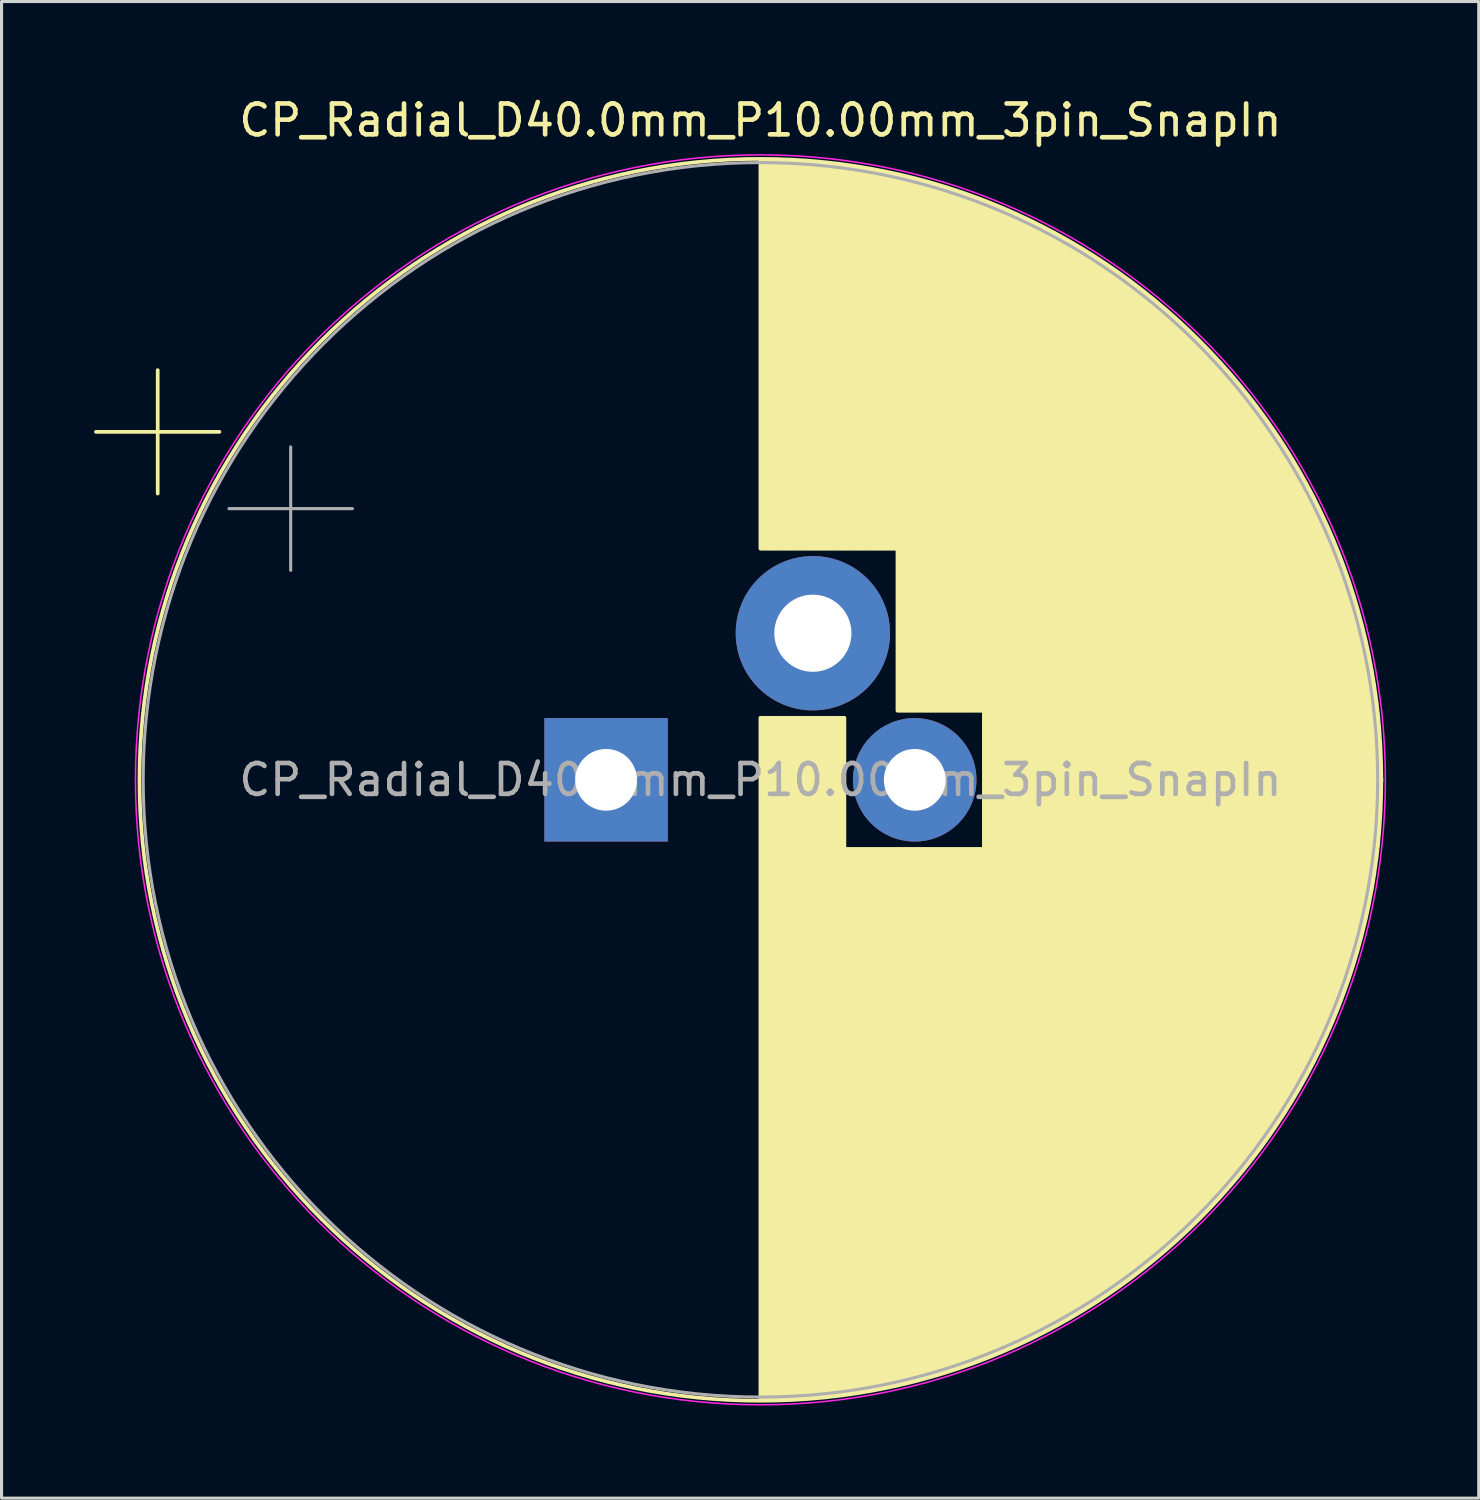
<source format=kicad_pcb>
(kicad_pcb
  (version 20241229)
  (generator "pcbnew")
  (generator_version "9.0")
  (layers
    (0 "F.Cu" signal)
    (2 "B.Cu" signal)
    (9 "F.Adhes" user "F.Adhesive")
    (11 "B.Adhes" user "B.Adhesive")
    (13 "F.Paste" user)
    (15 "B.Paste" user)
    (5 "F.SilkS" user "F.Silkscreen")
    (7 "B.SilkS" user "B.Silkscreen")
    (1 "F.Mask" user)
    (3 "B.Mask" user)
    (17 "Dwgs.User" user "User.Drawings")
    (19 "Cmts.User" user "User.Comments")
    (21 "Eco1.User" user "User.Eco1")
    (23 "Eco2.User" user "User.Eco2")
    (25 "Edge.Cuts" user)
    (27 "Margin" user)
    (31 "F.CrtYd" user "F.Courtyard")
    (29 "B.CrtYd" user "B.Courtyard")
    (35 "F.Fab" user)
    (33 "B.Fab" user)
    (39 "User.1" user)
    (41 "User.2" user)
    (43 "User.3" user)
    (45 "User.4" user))
  (footprint "CP_Radial_D40.0mm_P10.00mm_3pin_SnapIn"
    (layer "F.Cu")
    (at 16.589 22.218)
    (property "Reference" "CP_Radial_D40.0mm_P10.00mm_3pin_SnapIn" (at 5 -21.37 0) (layer "F.SilkS") (effects (font (size 1 1) (thickness 0.15))))
    (attr through_hole)
    (fp_line (start -16.529 -11.275) (end -12.529 -11.275) (stroke (width 0.12) (type solid)) (layer "F.SilkS"))
    (fp_line (start -14.529 -13.275) (end -14.529 -9.275) (stroke (width 0.12) (type solid)) (layer "F.SilkS"))
    (fp_line (start 5 -20.08) (end 5 -7.49) (stroke (width 0.12) (type solid)) (layer "F.SilkS"))
    (fp_line (start 5 -2.01) (end 5 20.08) (stroke (width 0.12) (type solid)) (layer "F.SilkS"))
    (fp_line (start 5.04 -20.08) (end 5.04 -7.49) (stroke (width 0.12) (type solid)) (layer "F.SilkS"))
    (fp_line (start 5.04 -2.01) (end 5.04 20.08) (stroke (width 0.12) (type solid)) (layer "F.SilkS"))
    (fp_line (start 5.08 -20.08) (end 5.08 -7.49) (stroke (width 0.12) (type solid)) (layer "F.SilkS"))
    (fp_line (start 5.08 -2.01) (end 5.08 20.08) (stroke (width 0.12) (type solid)) (layer "F.SilkS"))
    (fp_line (start 5.12 -20.08) (end 5.12 -7.49) (stroke (width 0.12) (type solid)) (layer "F.SilkS"))
    (fp_line (start 5.12 -2.01) (end 5.12 20.08) (stroke (width 0.12) (type solid)) (layer "F.SilkS"))
    (fp_line (start 5.16 -20.08) (end 5.16 -7.49) (stroke (width 0.12) (type solid)) (layer "F.SilkS"))
    (fp_line (start 5.16 -2.01) (end 5.16 20.08) (stroke (width 0.12) (type solid)) (layer "F.SilkS"))
    (fp_line (start 5.2 -20.08) (end 5.2 -7.49) (stroke (width 0.12) (type solid)) (layer "F.SilkS"))
    (fp_line (start 5.2 -2.01) (end 5.2 20.08) (stroke (width 0.12) (type solid)) (layer "F.SilkS"))
    (fp_line (start 5.24 -20.079) (end 5.24 -7.49) (stroke (width 0.12) (type solid)) (layer "F.SilkS"))
    (fp_line (start 5.24 -2.01) (end 5.24 20.079) (stroke (width 0.12) (type solid)) (layer "F.SilkS"))
    (fp_line (start 5.28 -20.079) (end 5.28 -7.49) (stroke (width 0.12) (type solid)) (layer "F.SilkS"))
    (fp_line (start 5.28 -2.01) (end 5.28 20.079) (stroke (width 0.12) (type solid)) (layer "F.SilkS"))
    (fp_line (start 5.32 -20.078) (end 5.32 -7.49) (stroke (width 0.12) (type solid)) (layer "F.SilkS"))
    (fp_line (start 5.32 -2.01) (end 5.32 20.078) (stroke (width 0.12) (type solid)) (layer "F.SilkS"))
    (fp_line (start 5.36 -20.077) (end 5.36 -7.49) (stroke (width 0.12) (type solid)) (layer "F.SilkS"))
    (fp_line (start 5.36 -2.01) (end 5.36 20.077) (stroke (width 0.12) (type solid)) (layer "F.SilkS"))
    (fp_line (start 5.4 -20.077) (end 5.4 -7.49) (stroke (width 0.12) (type solid)) (layer "F.SilkS"))
    (fp_line (start 5.4 -2.01) (end 5.4 20.077) (stroke (width 0.12) (type solid)) (layer "F.SilkS"))
    (fp_line (start 5.44 -20.076) (end 5.44 -7.49) (stroke (width 0.12) (type solid)) (layer "F.SilkS"))
    (fp_line (start 5.44 -2.01) (end 5.44 20.076) (stroke (width 0.12) (type solid)) (layer "F.SilkS"))
    (fp_line (start 5.48 -20.075) (end 5.48 -7.49) (stroke (width 0.12) (type solid)) (layer "F.SilkS"))
    (fp_line (start 5.48 -2.01) (end 5.48 20.075) (stroke (width 0.12) (type solid)) (layer "F.SilkS"))
    (fp_line (start 5.52 -20.074) (end 5.52 -7.49) (stroke (width 0.12) (type solid)) (layer "F.SilkS"))
    (fp_line (start 5.52 -2.01) (end 5.52 20.074) (stroke (width 0.12) (type solid)) (layer "F.SilkS"))
    (fp_line (start 5.56 -20.073) (end 5.56 -7.49) (stroke (width 0.12) (type solid)) (layer "F.SilkS"))
    (fp_line (start 5.56 -2.01) (end 5.56 20.073) (stroke (width 0.12) (type solid)) (layer "F.SilkS"))
    (fp_line (start 5.6 -20.072) (end 5.6 -7.49) (stroke (width 0.12) (type solid)) (layer "F.SilkS"))
    (fp_line (start 5.6 -2.01) (end 5.6 20.072) (stroke (width 0.12) (type solid)) (layer "F.SilkS"))
    (fp_line (start 5.64 -20.07) (end 5.64 -7.49) (stroke (width 0.12) (type solid)) (layer "F.SilkS"))
    (fp_line (start 5.64 -2.01) (end 5.64 20.07) (stroke (width 0.12) (type solid)) (layer "F.SilkS"))
    (fp_line (start 5.68 -20.069) (end 5.68 -7.49) (stroke (width 0.12) (type solid)) (layer "F.SilkS"))
    (fp_line (start 5.68 -2.01) (end 5.68 20.069) (stroke (width 0.12) (type solid)) (layer "F.SilkS"))
    (fp_line (start 5.721 -20.068) (end 5.721 -7.49) (stroke (width 0.12) (type solid)) (layer "F.SilkS"))
    (fp_line (start 5.721 -2.01) (end 5.721 20.068) (stroke (width 0.12) (type solid)) (layer "F.SilkS"))
    (fp_line (start 5.761 -20.066) (end 5.761 -7.49) (stroke (width 0.12) (type solid)) (layer "F.SilkS"))
    (fp_line (start 5.761 -2.01) (end 5.761 20.066) (stroke (width 0.12) (type solid)) (layer "F.SilkS"))
    (fp_line (start 5.801 -20.065) (end 5.801 -7.49) (stroke (width 0.12) (type solid)) (layer "F.SilkS"))
    (fp_line (start 5.801 -2.01) (end 5.801 20.065) (stroke (width 0.12) (type solid)) (layer "F.SilkS"))
    (fp_line (start 5.841 -20.063) (end 5.841 -7.49) (stroke (width 0.12) (type solid)) (layer "F.SilkS"))
    (fp_line (start 5.841 -2.01) (end 5.841 20.063) (stroke (width 0.12) (type solid)) (layer "F.SilkS"))
    (fp_line (start 5.881 -20.061) (end 5.881 -7.49) (stroke (width 0.12) (type solid)) (layer "F.SilkS"))
    (fp_line (start 5.881 -2.01) (end 5.881 20.061) (stroke (width 0.12) (type solid)) (layer "F.SilkS"))
    (fp_line (start 5.921 -20.059) (end 5.921 -7.49) (stroke (width 0.12) (type solid)) (layer "F.SilkS"))
    (fp_line (start 5.921 -2.01) (end 5.921 20.059) (stroke (width 0.12) (type solid)) (layer "F.SilkS"))
    (fp_line (start 5.961 -20.058) (end 5.961 -7.49) (stroke (width 0.12) (type solid)) (layer "F.SilkS"))
    (fp_line (start 5.961 -2.01) (end 5.961 20.058) (stroke (width 0.12) (type solid)) (layer "F.SilkS"))
    (fp_line (start 6.001 -20.056) (end 6.001 -7.49) (stroke (width 0.12) (type solid)) (layer "F.SilkS"))
    (fp_line (start 6.001 -2.01) (end 6.001 20.056) (stroke (width 0.12) (type solid)) (layer "F.SilkS"))
    (fp_line (start 6.041 -20.054) (end 6.041 -7.49) (stroke (width 0.12) (type solid)) (layer "F.SilkS"))
    (fp_line (start 6.041 -2.01) (end 6.041 20.054) (stroke (width 0.12) (type solid)) (layer "F.SilkS"))
    (fp_line (start 6.081 -20.051) (end 6.081 -7.49) (stroke (width 0.12) (type solid)) (layer "F.SilkS"))
    (fp_line (start 6.081 -2.01) (end 6.081 20.051) (stroke (width 0.12) (type solid)) (layer "F.SilkS"))
    (fp_line (start 6.121 -20.049) (end 6.121 -7.49) (stroke (width 0.12) (type solid)) (layer "F.SilkS"))
    (fp_line (start 6.121 -2.01) (end 6.121 20.049) (stroke (width 0.12) (type solid)) (layer "F.SilkS"))
    (fp_line (start 6.161 -20.047) (end 6.161 -7.49) (stroke (width 0.12) (type solid)) (layer "F.SilkS"))
    (fp_line (start 6.161 -2.01) (end 6.161 20.047) (stroke (width 0.12) (type solid)) (layer "F.SilkS"))
    (fp_line (start 6.201 -20.045) (end 6.201 -7.49) (stroke (width 0.12) (type solid)) (layer "F.SilkS"))
    (fp_line (start 6.201 -2.01) (end 6.201 20.045) (stroke (width 0.12) (type solid)) (layer "F.SilkS"))
    (fp_line (start 6.241 -20.042) (end 6.241 -7.49) (stroke (width 0.12) (type solid)) (layer "F.SilkS"))
    (fp_line (start 6.241 -2.01) (end 6.241 20.042) (stroke (width 0.12) (type solid)) (layer "F.SilkS"))
    (fp_line (start 6.281 -20.04) (end 6.281 -7.49) (stroke (width 0.12) (type solid)) (layer "F.SilkS"))
    (fp_line (start 6.281 -2.01) (end 6.281 20.04) (stroke (width 0.12) (type solid)) (layer "F.SilkS"))
    (fp_line (start 6.321 -20.037) (end 6.321 -7.49) (stroke (width 0.12) (type solid)) (layer "F.SilkS"))
    (fp_line (start 6.321 -2.01) (end 6.321 20.037) (stroke (width 0.12) (type solid)) (layer "F.SilkS"))
    (fp_line (start 6.361 -20.034) (end 6.361 -7.49) (stroke (width 0.12) (type solid)) (layer "F.SilkS"))
    (fp_line (start 6.361 -2.01) (end 6.361 20.034) (stroke (width 0.12) (type solid)) (layer "F.SilkS"))
    (fp_line (start 6.401 -20.032) (end 6.401 -7.49) (stroke (width 0.12) (type solid)) (layer "F.SilkS"))
    (fp_line (start 6.401 -2.01) (end 6.401 20.032) (stroke (width 0.12) (type solid)) (layer "F.SilkS"))
    (fp_line (start 6.441 -20.029) (end 6.441 -7.49) (stroke (width 0.12) (type solid)) (layer "F.SilkS"))
    (fp_line (start 6.441 -2.01) (end 6.441 20.029) (stroke (width 0.12) (type solid)) (layer "F.SilkS"))
    (fp_line (start 6.481 -20.026) (end 6.481 -7.49) (stroke (width 0.12) (type solid)) (layer "F.SilkS"))
    (fp_line (start 6.481 -2.01) (end 6.481 20.026) (stroke (width 0.12) (type solid)) (layer "F.SilkS"))
    (fp_line (start 6.521 -20.023) (end 6.521 -7.49) (stroke (width 0.12) (type solid)) (layer "F.SilkS"))
    (fp_line (start 6.521 -2.01) (end 6.521 20.023) (stroke (width 0.12) (type solid)) (layer "F.SilkS"))
    (fp_line (start 6.561 -20.02) (end 6.561 -7.49) (stroke (width 0.12) (type solid)) (layer "F.SilkS"))
    (fp_line (start 6.561 -2.01) (end 6.561 20.02) (stroke (width 0.12) (type solid)) (layer "F.SilkS"))
    (fp_line (start 6.601 -20.017) (end 6.601 -7.49) (stroke (width 0.12) (type solid)) (layer "F.SilkS"))
    (fp_line (start 6.601 -2.01) (end 6.601 20.017) (stroke (width 0.12) (type solid)) (layer "F.SilkS"))
    (fp_line (start 6.641 -20.014) (end 6.641 -7.49) (stroke (width 0.12) (type solid)) (layer "F.SilkS"))
    (fp_line (start 6.641 -2.01) (end 6.641 20.014) (stroke (width 0.12) (type solid)) (layer "F.SilkS"))
    (fp_line (start 6.681 -20.01) (end 6.681 -7.49) (stroke (width 0.12) (type solid)) (layer "F.SilkS"))
    (fp_line (start 6.681 -2.01) (end 6.681 20.01) (stroke (width 0.12) (type solid)) (layer "F.SilkS"))
    (fp_line (start 6.721 -20.007) (end 6.721 -7.49) (stroke (width 0.12) (type solid)) (layer "F.SilkS"))
    (fp_line (start 6.721 -2.01) (end 6.721 20.007) (stroke (width 0.12) (type solid)) (layer "F.SilkS"))
    (fp_line (start 6.761 -20.003) (end 6.761 -7.49) (stroke (width 0.12) (type solid)) (layer "F.SilkS"))
    (fp_line (start 6.761 -2.01) (end 6.761 20.003) (stroke (width 0.12) (type solid)) (layer "F.SilkS"))
    (fp_line (start 6.801 -20) (end 6.801 -7.49) (stroke (width 0.12) (type solid)) (layer "F.SilkS"))
    (fp_line (start 6.801 -2.01) (end 6.801 20) (stroke (width 0.12) (type solid)) (layer "F.SilkS"))
    (fp_line (start 6.841 -19.996) (end 6.841 -7.49) (stroke (width 0.12) (type solid)) (layer "F.SilkS"))
    (fp_line (start 6.841 -2.01) (end 6.841 19.996) (stroke (width 0.12) (type solid)) (layer "F.SilkS"))
    (fp_line (start 6.881 -19.992) (end 6.881 -7.49) (stroke (width 0.12) (type solid)) (layer "F.SilkS"))
    (fp_line (start 6.881 -2.01) (end 6.881 19.992) (stroke (width 0.12) (type solid)) (layer "F.SilkS"))
    (fp_line (start 6.921 -19.989) (end 6.921 -7.49) (stroke (width 0.12) (type solid)) (layer "F.SilkS"))
    (fp_line (start 6.921 -2.01) (end 6.921 19.989) (stroke (width 0.12) (type solid)) (layer "F.SilkS"))
    (fp_line (start 6.961 -19.985) (end 6.961 -7.49) (stroke (width 0.12) (type solid)) (layer "F.SilkS"))
    (fp_line (start 6.961 -2.01) (end 6.961 19.985) (stroke (width 0.12) (type solid)) (layer "F.SilkS"))
    (fp_line (start 7.001 -19.981) (end 7.001 -7.49) (stroke (width 0.12) (type solid)) (layer "F.SilkS"))
    (fp_line (start 7.001 -2.01) (end 7.001 19.981) (stroke (width 0.12) (type solid)) (layer "F.SilkS"))
    (fp_line (start 7.041 -19.977) (end 7.041 -7.49) (stroke (width 0.12) (type solid)) (layer "F.SilkS"))
    (fp_line (start 7.041 -2.01) (end 7.041 19.977) (stroke (width 0.12) (type solid)) (layer "F.SilkS"))
    (fp_line (start 7.081 -19.973) (end 7.081 -7.49) (stroke (width 0.12) (type solid)) (layer "F.SilkS"))
    (fp_line (start 7.081 -2.01) (end 7.081 19.973) (stroke (width 0.12) (type solid)) (layer "F.SilkS"))
    (fp_line (start 7.121 -19.968) (end 7.121 -7.49) (stroke (width 0.12) (type solid)) (layer "F.SilkS"))
    (fp_line (start 7.121 -2.01) (end 7.121 19.968) (stroke (width 0.12) (type solid)) (layer "F.SilkS"))
    (fp_line (start 7.161 -19.964) (end 7.161 -7.49) (stroke (width 0.12) (type solid)) (layer "F.SilkS"))
    (fp_line (start 7.161 -2.01) (end 7.161 19.964) (stroke (width 0.12) (type solid)) (layer "F.SilkS"))
    (fp_line (start 7.201 -19.96) (end 7.201 -7.49) (stroke (width 0.12) (type solid)) (layer "F.SilkS"))
    (fp_line (start 7.201 -2.01) (end 7.201 19.96) (stroke (width 0.12) (type solid)) (layer "F.SilkS"))
    (fp_line (start 7.241 -19.955) (end 7.241 -7.49) (stroke (width 0.12) (type solid)) (layer "F.SilkS"))
    (fp_line (start 7.241 -2.01) (end 7.241 19.955) (stroke (width 0.12) (type solid)) (layer "F.SilkS"))
    (fp_line (start 7.281 -19.951) (end 7.281 -7.49) (stroke (width 0.12) (type solid)) (layer "F.SilkS"))
    (fp_line (start 7.281 -2.01) (end 7.281 19.951) (stroke (width 0.12) (type solid)) (layer "F.SilkS"))
    (fp_line (start 7.321 -19.946) (end 7.321 -7.49) (stroke (width 0.12) (type solid)) (layer "F.SilkS"))
    (fp_line (start 7.321 -2.01) (end 7.321 19.946) (stroke (width 0.12) (type solid)) (layer "F.SilkS"))
    (fp_line (start 7.361 -19.942) (end 7.361 -7.49) (stroke (width 0.12) (type solid)) (layer "F.SilkS"))
    (fp_line (start 7.361 -2.01) (end 7.361 19.942) (stroke (width 0.12) (type solid)) (layer "F.SilkS"))
    (fp_line (start 7.401 -19.937) (end 7.401 -7.49) (stroke (width 0.12) (type solid)) (layer "F.SilkS"))
    (fp_line (start 7.401 -2.01) (end 7.401 19.937) (stroke (width 0.12) (type solid)) (layer "F.SilkS"))
    (fp_line (start 7.441 -19.932) (end 7.441 -7.49) (stroke (width 0.12) (type solid)) (layer "F.SilkS"))
    (fp_line (start 7.441 -2.01) (end 7.441 19.932) (stroke (width 0.12) (type solid)) (layer "F.SilkS"))
    (fp_line (start 7.481 -19.927) (end 7.481 -7.49) (stroke (width 0.12) (type solid)) (layer "F.SilkS"))
    (fp_line (start 7.481 -2.01) (end 7.481 19.927) (stroke (width 0.12) (type solid)) (layer "F.SilkS"))
    (fp_line (start 7.521 -19.922) (end 7.521 -7.49) (stroke (width 0.12) (type solid)) (layer "F.SilkS"))
    (fp_line (start 7.521 -2.01) (end 7.521 19.922) (stroke (width 0.12) (type solid)) (layer "F.SilkS"))
    (fp_line (start 7.561 -19.917) (end 7.561 -7.49) (stroke (width 0.12) (type solid)) (layer "F.SilkS"))
    (fp_line (start 7.561 -2.01) (end 7.561 19.917) (stroke (width 0.12) (type solid)) (layer "F.SilkS"))
    (fp_line (start 7.601 -19.912) (end 7.601 -7.49) (stroke (width 0.12) (type solid)) (layer "F.SilkS"))
    (fp_line (start 7.601 -2.01) (end 7.601 19.912) (stroke (width 0.12) (type solid)) (layer "F.SilkS"))
    (fp_line (start 7.641 -19.907) (end 7.641 -7.49) (stroke (width 0.12) (type solid)) (layer "F.SilkS"))
    (fp_line (start 7.641 -2.01) (end 7.641 19.907) (stroke (width 0.12) (type solid)) (layer "F.SilkS"))
    (fp_line (start 7.681 -19.901) (end 7.681 -7.49) (stroke (width 0.12) (type solid)) (layer "F.SilkS"))
    (fp_line (start 7.681 -2.01) (end 7.681 19.901) (stroke (width 0.12) (type solid)) (layer "F.SilkS"))
    (fp_line (start 7.721 -19.896) (end 7.721 -7.49) (stroke (width 0.12) (type solid)) (layer "F.SilkS"))
    (fp_line (start 7.721 -2.01) (end 7.721 19.896) (stroke (width 0.12) (type solid)) (layer "F.SilkS"))
    (fp_line (start 7.761 -19.89) (end 7.761 -7.49) (stroke (width 0.12) (type solid)) (layer "F.SilkS"))
    (fp_line (start 7.761 2.24) (end 7.761 19.89) (stroke (width 0.12) (type solid)) (layer "F.SilkS"))
    (fp_line (start 7.801 -19.885) (end 7.801 -7.49) (stroke (width 0.12) (type solid)) (layer "F.SilkS"))
    (fp_line (start 7.801 2.24) (end 7.801 19.885) (stroke (width 0.12) (type solid)) (layer "F.SilkS"))
    (fp_line (start 7.841 -19.879) (end 7.841 -7.49) (stroke (width 0.12) (type solid)) (layer "F.SilkS"))
    (fp_line (start 7.841 2.24) (end 7.841 19.879) (stroke (width 0.12) (type solid)) (layer "F.SilkS"))
    (fp_line (start 7.881 -19.873) (end 7.881 -7.49) (stroke (width 0.12) (type solid)) (layer "F.SilkS"))
    (fp_line (start 7.881 2.24) (end 7.881 19.873) (stroke (width 0.12) (type solid)) (layer "F.SilkS"))
    (fp_line (start 7.921 -19.867) (end 7.921 -7.49) (stroke (width 0.12) (type solid)) (layer "F.SilkS"))
    (fp_line (start 7.921 2.24) (end 7.921 19.867) (stroke (width 0.12) (type solid)) (layer "F.SilkS"))
    (fp_line (start 7.961 -19.862) (end 7.961 -7.49) (stroke (width 0.12) (type solid)) (layer "F.SilkS"))
    (fp_line (start 7.961 2.24) (end 7.961 19.862) (stroke (width 0.12) (type solid)) (layer "F.SilkS"))
    (fp_line (start 8.001 -19.856) (end 8.001 -7.49) (stroke (width 0.12) (type solid)) (layer "F.SilkS"))
    (fp_line (start 8.001 2.24) (end 8.001 19.856) (stroke (width 0.12) (type solid)) (layer "F.SilkS"))
    (fp_line (start 8.041 -19.85) (end 8.041 -7.49) (stroke (width 0.12) (type solid)) (layer "F.SilkS"))
    (fp_line (start 8.041 2.24) (end 8.041 19.85) (stroke (width 0.12) (type solid)) (layer "F.SilkS"))
    (fp_line (start 8.081 -19.843) (end 8.081 -7.49) (stroke (width 0.12) (type solid)) (layer "F.SilkS"))
    (fp_line (start 8.081 2.24) (end 8.081 19.843) (stroke (width 0.12) (type solid)) (layer "F.SilkS"))
    (fp_line (start 8.121 -19.837) (end 8.121 -7.49) (stroke (width 0.12) (type solid)) (layer "F.SilkS"))
    (fp_line (start 8.121 2.24) (end 8.121 19.837) (stroke (width 0.12) (type solid)) (layer "F.SilkS"))
    (fp_line (start 8.161 -19.831) (end 8.161 -7.49) (stroke (width 0.12) (type solid)) (layer "F.SilkS"))
    (fp_line (start 8.161 2.24) (end 8.161 19.831) (stroke (width 0.12) (type solid)) (layer "F.SilkS"))
    (fp_line (start 8.201 -19.824) (end 8.201 -7.49) (stroke (width 0.12) (type solid)) (layer "F.SilkS"))
    (fp_line (start 8.201 2.24) (end 8.201 19.824) (stroke (width 0.12) (type solid)) (layer "F.SilkS"))
    (fp_line (start 8.241 -19.818) (end 8.241 -7.49) (stroke (width 0.12) (type solid)) (layer "F.SilkS"))
    (fp_line (start 8.241 2.24) (end 8.241 19.818) (stroke (width 0.12) (type solid)) (layer "F.SilkS"))
    (fp_line (start 8.281 -19.811) (end 8.281 -7.49) (stroke (width 0.12) (type solid)) (layer "F.SilkS"))
    (fp_line (start 8.281 2.24) (end 8.281 19.811) (stroke (width 0.12) (type solid)) (layer "F.SilkS"))
    (fp_line (start 8.321 -19.805) (end 8.321 -7.49) (stroke (width 0.12) (type solid)) (layer "F.SilkS"))
    (fp_line (start 8.321 2.24) (end 8.321 19.805) (stroke (width 0.12) (type solid)) (layer "F.SilkS"))
    (fp_line (start 8.361 -19.798) (end 8.361 -7.49) (stroke (width 0.12) (type solid)) (layer "F.SilkS"))
    (fp_line (start 8.361 2.24) (end 8.361 19.798) (stroke (width 0.12) (type solid)) (layer "F.SilkS"))
    (fp_line (start 8.401 -19.791) (end 8.401 -7.49) (stroke (width 0.12) (type solid)) (layer "F.SilkS"))
    (fp_line (start 8.401 2.24) (end 8.401 19.791) (stroke (width 0.12) (type solid)) (layer "F.SilkS"))
    (fp_line (start 8.441 -19.784) (end 8.441 -7.49) (stroke (width 0.12) (type solid)) (layer "F.SilkS"))
    (fp_line (start 8.441 2.24) (end 8.441 19.784) (stroke (width 0.12) (type solid)) (layer "F.SilkS"))
    (fp_line (start 8.481 -19.777) (end 8.481 -7.49) (stroke (width 0.12) (type solid)) (layer "F.SilkS"))
    (fp_line (start 8.481 2.24) (end 8.481 19.777) (stroke (width 0.12) (type solid)) (layer "F.SilkS"))
    (fp_line (start 8.521 -19.77) (end 8.521 -7.49) (stroke (width 0.12) (type solid)) (layer "F.SilkS"))
    (fp_line (start 8.521 2.24) (end 8.521 19.77) (stroke (width 0.12) (type solid)) (layer "F.SilkS"))
    (fp_line (start 8.561 -19.763) (end 8.561 -7.49) (stroke (width 0.12) (type solid)) (layer "F.SilkS"))
    (fp_line (start 8.561 2.24) (end 8.561 19.763) (stroke (width 0.12) (type solid)) (layer "F.SilkS"))
    (fp_line (start 8.601 -19.756) (end 8.601 -7.49) (stroke (width 0.12) (type solid)) (layer "F.SilkS"))
    (fp_line (start 8.601 2.24) (end 8.601 19.756) (stroke (width 0.12) (type solid)) (layer "F.SilkS"))
    (fp_line (start 8.641 -19.748) (end 8.641 -7.49) (stroke (width 0.12) (type solid)) (layer "F.SilkS"))
    (fp_line (start 8.641 2.24) (end 8.641 19.748) (stroke (width 0.12) (type solid)) (layer "F.SilkS"))
    (fp_line (start 8.681 -19.741) (end 8.681 -7.49) (stroke (width 0.12) (type solid)) (layer "F.SilkS"))
    (fp_line (start 8.681 2.24) (end 8.681 19.741) (stroke (width 0.12) (type solid)) (layer "F.SilkS"))
    (fp_line (start 8.721 -19.734) (end 8.721 -7.49) (stroke (width 0.12) (type solid)) (layer "F.SilkS"))
    (fp_line (start 8.721 2.24) (end 8.721 19.734) (stroke (width 0.12) (type solid)) (layer "F.SilkS"))
    (fp_line (start 8.761 -19.726) (end 8.761 -7.49) (stroke (width 0.12) (type solid)) (layer "F.SilkS"))
    (fp_line (start 8.761 2.24) (end 8.761 19.726) (stroke (width 0.12) (type solid)) (layer "F.SilkS"))
    (fp_line (start 8.801 -19.718) (end 8.801 -7.49) (stroke (width 0.12) (type solid)) (layer "F.SilkS"))
    (fp_line (start 8.801 2.24) (end 8.801 19.718) (stroke (width 0.12) (type solid)) (layer "F.SilkS"))
    (fp_line (start 8.841 -19.711) (end 8.841 -7.49) (stroke (width 0.12) (type solid)) (layer "F.SilkS"))
    (fp_line (start 8.841 2.24) (end 8.841 19.711) (stroke (width 0.12) (type solid)) (layer "F.SilkS"))
    (fp_line (start 8.881 -19.703) (end 8.881 -7.49) (stroke (width 0.12) (type solid)) (layer "F.SilkS"))
    (fp_line (start 8.881 2.24) (end 8.881 19.703) (stroke (width 0.12) (type solid)) (layer "F.SilkS"))
    (fp_line (start 8.921 -19.695) (end 8.921 -7.49) (stroke (width 0.12) (type solid)) (layer "F.SilkS"))
    (fp_line (start 8.921 2.24) (end 8.921 19.695) (stroke (width 0.12) (type solid)) (layer "F.SilkS"))
    (fp_line (start 8.961 -19.687) (end 8.961 -7.49) (stroke (width 0.12) (type solid)) (layer "F.SilkS"))
    (fp_line (start 8.961 2.24) (end 8.961 19.687) (stroke (width 0.12) (type solid)) (layer "F.SilkS"))
    (fp_line (start 9.001 -19.679) (end 9.001 -7.49) (stroke (width 0.12) (type solid)) (layer "F.SilkS"))
    (fp_line (start 9.001 2.24) (end 9.001 19.679) (stroke (width 0.12) (type solid)) (layer "F.SilkS"))
    (fp_line (start 9.041 -19.671) (end 9.041 -7.49) (stroke (width 0.12) (type solid)) (layer "F.SilkS"))
    (fp_line (start 9.041 2.24) (end 9.041 19.671) (stroke (width 0.12) (type solid)) (layer "F.SilkS"))
    (fp_line (start 9.081 -19.662) (end 9.081 -7.49) (stroke (width 0.12) (type solid)) (layer "F.SilkS"))
    (fp_line (start 9.081 2.24) (end 9.081 19.662) (stroke (width 0.12) (type solid)) (layer "F.SilkS"))
    (fp_line (start 9.121 -19.654) (end 9.121 -7.49) (stroke (width 0.12) (type solid)) (layer "F.SilkS"))
    (fp_line (start 9.121 2.24) (end 9.121 19.654) (stroke (width 0.12) (type solid)) (layer "F.SilkS"))
    (fp_line (start 9.161 -19.646) (end 9.161 -7.49) (stroke (width 0.12) (type solid)) (layer "F.SilkS"))
    (fp_line (start 9.161 2.24) (end 9.161 19.646) (stroke (width 0.12) (type solid)) (layer "F.SilkS"))
    (fp_line (start 9.201 -19.637) (end 9.201 -7.49) (stroke (width 0.12) (type solid)) (layer "F.SilkS"))
    (fp_line (start 9.201 2.24) (end 9.201 19.637) (stroke (width 0.12) (type solid)) (layer "F.SilkS"))
    (fp_line (start 9.241 -19.629) (end 9.241 -7.49) (stroke (width 0.12) (type solid)) (layer "F.SilkS"))
    (fp_line (start 9.241 2.24) (end 9.241 19.629) (stroke (width 0.12) (type solid)) (layer "F.SilkS"))
    (fp_line (start 9.281 -19.62) (end 9.281 -7.49) (stroke (width 0.12) (type solid)) (layer "F.SilkS"))
    (fp_line (start 9.281 2.24) (end 9.281 19.62) (stroke (width 0.12) (type solid)) (layer "F.SilkS"))
    (fp_line (start 9.321 -19.611) (end 9.321 -7.49) (stroke (width 0.12) (type solid)) (layer "F.SilkS"))
    (fp_line (start 9.321 2.24) (end 9.321 19.611) (stroke (width 0.12) (type solid)) (layer "F.SilkS"))
    (fp_line (start 9.361 -19.602) (end 9.361 -7.49) (stroke (width 0.12) (type solid)) (layer "F.SilkS"))
    (fp_line (start 9.361 2.24) (end 9.361 19.602) (stroke (width 0.12) (type solid)) (layer "F.SilkS"))
    (fp_line (start 9.401 -19.593) (end 9.401 -7.49) (stroke (width 0.12) (type solid)) (layer "F.SilkS"))
    (fp_line (start 9.401 2.24) (end 9.401 19.593) (stroke (width 0.12) (type solid)) (layer "F.SilkS"))
    (fp_line (start 9.441 -19.584) (end 9.441 -2.24) (stroke (width 0.12) (type solid)) (layer "F.SilkS"))
    (fp_line (start 9.441 2.24) (end 9.441 19.584) (stroke (width 0.12) (type solid)) (layer "F.SilkS"))
    (fp_line (start 9.481 -19.575) (end 9.481 -2.24) (stroke (width 0.12) (type solid)) (layer "F.SilkS"))
    (fp_line (start 9.481 2.24) (end 9.481 19.575) (stroke (width 0.12) (type solid)) (layer "F.SilkS"))
    (fp_line (start 9.521 -19.566) (end 9.521 -2.24) (stroke (width 0.12) (type solid)) (layer "F.SilkS"))
    (fp_line (start 9.521 2.24) (end 9.521 19.566) (stroke (width 0.12) (type solid)) (layer "F.SilkS"))
    (fp_line (start 9.561 -19.557) (end 9.561 -2.24) (stroke (width 0.12) (type solid)) (layer "F.SilkS"))
    (fp_line (start 9.561 2.24) (end 9.561 19.557) (stroke (width 0.12) (type solid)) (layer "F.SilkS"))
    (fp_line (start 9.601 -19.548) (end 9.601 -2.24) (stroke (width 0.12) (type solid)) (layer "F.SilkS"))
    (fp_line (start 9.601 2.24) (end 9.601 19.548) (stroke (width 0.12) (type solid)) (layer "F.SilkS"))
    (fp_line (start 9.641 -19.538) (end 9.641 -2.24) (stroke (width 0.12) (type solid)) (layer "F.SilkS"))
    (fp_line (start 9.641 2.24) (end 9.641 19.538) (stroke (width 0.12) (type solid)) (layer "F.SilkS"))
    (fp_line (start 9.681 -19.529) (end 9.681 -2.24) (stroke (width 0.12) (type solid)) (layer "F.SilkS"))
    (fp_line (start 9.681 2.24) (end 9.681 19.529) (stroke (width 0.12) (type solid)) (layer "F.SilkS"))
    (fp_line (start 9.721 -19.519) (end 9.721 -2.24) (stroke (width 0.12) (type solid)) (layer "F.SilkS"))
    (fp_line (start 9.721 2.24) (end 9.721 19.519) (stroke (width 0.12) (type solid)) (layer "F.SilkS"))
    (fp_line (start 9.761 -19.509) (end 9.761 -2.24) (stroke (width 0.12) (type solid)) (layer "F.SilkS"))
    (fp_line (start 9.761 2.24) (end 9.761 19.509) (stroke (width 0.12) (type solid)) (layer "F.SilkS"))
    (fp_line (start 9.801 -19.5) (end 9.801 -2.24) (stroke (width 0.12) (type solid)) (layer "F.SilkS"))
    (fp_line (start 9.801 2.24) (end 9.801 19.5) (stroke (width 0.12) (type solid)) (layer "F.SilkS"))
    (fp_line (start 9.841 -19.49) (end 9.841 -2.24) (stroke (width 0.12) (type solid)) (layer "F.SilkS"))
    (fp_line (start 9.841 2.24) (end 9.841 19.49) (stroke (width 0.12) (type solid)) (layer "F.SilkS"))
    (fp_line (start 9.881 -19.48) (end 9.881 -2.24) (stroke (width 0.12) (type solid)) (layer "F.SilkS"))
    (fp_line (start 9.881 2.24) (end 9.881 19.48) (stroke (width 0.12) (type solid)) (layer "F.SilkS"))
    (fp_line (start 9.921 -19.47) (end 9.921 -2.24) (stroke (width 0.12) (type solid)) (layer "F.SilkS"))
    (fp_line (start 9.921 2.24) (end 9.921 19.47) (stroke (width 0.12) (type solid)) (layer "F.SilkS"))
    (fp_line (start 9.961 -19.46) (end 9.961 -2.24) (stroke (width 0.12) (type solid)) (layer "F.SilkS"))
    (fp_line (start 9.961 2.24) (end 9.961 19.46) (stroke (width 0.12) (type solid)) (layer "F.SilkS"))
    (fp_line (start 10.001 -19.449) (end 10.001 -2.24) (stroke (width 0.12) (type solid)) (layer "F.SilkS"))
    (fp_line (start 10.001 2.24) (end 10.001 19.449) (stroke (width 0.12) (type solid)) (layer "F.SilkS"))
    (fp_line (start 10.041 -19.439) (end 10.041 -2.24) (stroke (width 0.12) (type solid)) (layer "F.SilkS"))
    (fp_line (start 10.041 2.24) (end 10.041 19.439) (stroke (width 0.12) (type solid)) (layer "F.SilkS"))
    (fp_line (start 10.081 -19.429) (end 10.081 -2.24) (stroke (width 0.12) (type solid)) (layer "F.SilkS"))
    (fp_line (start 10.081 2.24) (end 10.081 19.429) (stroke (width 0.12) (type solid)) (layer "F.SilkS"))
    (fp_line (start 10.121 -19.418) (end 10.121 -2.24) (stroke (width 0.12) (type solid)) (layer "F.SilkS"))
    (fp_line (start 10.121 2.24) (end 10.121 19.418) (stroke (width 0.12) (type solid)) (layer "F.SilkS"))
    (fp_line (start 10.161 -19.408) (end 10.161 -2.24) (stroke (width 0.12) (type solid)) (layer "F.SilkS"))
    (fp_line (start 10.161 2.24) (end 10.161 19.408) (stroke (width 0.12) (type solid)) (layer "F.SilkS"))
    (fp_line (start 10.201 -19.397) (end 10.201 -2.24) (stroke (width 0.12) (type solid)) (layer "F.SilkS"))
    (fp_line (start 10.201 2.24) (end 10.201 19.397) (stroke (width 0.12) (type solid)) (layer "F.SilkS"))
    (fp_line (start 10.241 -19.386) (end 10.241 -2.24) (stroke (width 0.12) (type solid)) (layer "F.SilkS"))
    (fp_line (start 10.241 2.24) (end 10.241 19.386) (stroke (width 0.12) (type solid)) (layer "F.SilkS"))
    (fp_line (start 10.281 -19.375) (end 10.281 -2.24) (stroke (width 0.12) (type solid)) (layer "F.SilkS"))
    (fp_line (start 10.281 2.24) (end 10.281 19.375) (stroke (width 0.12) (type solid)) (layer "F.SilkS"))
    (fp_line (start 10.321 -19.364) (end 10.321 -2.24) (stroke (width 0.12) (type solid)) (layer "F.SilkS"))
    (fp_line (start 10.321 2.24) (end 10.321 19.364) (stroke (width 0.12) (type solid)) (layer "F.SilkS"))
    (fp_line (start 10.361 -19.353) (end 10.361 -2.24) (stroke (width 0.12) (type solid)) (layer "F.SilkS"))
    (fp_line (start 10.361 2.24) (end 10.361 19.353) (stroke (width 0.12) (type solid)) (layer "F.SilkS"))
    (fp_line (start 10.401 -19.342) (end 10.401 -2.24) (stroke (width 0.12) (type solid)) (layer "F.SilkS"))
    (fp_line (start 10.401 2.24) (end 10.401 19.342) (stroke (width 0.12) (type solid)) (layer "F.SilkS"))
    (fp_line (start 10.441 -19.331) (end 10.441 -2.24) (stroke (width 0.12) (type solid)) (layer "F.SilkS"))
    (fp_line (start 10.441 2.24) (end 10.441 19.331) (stroke (width 0.12) (type solid)) (layer "F.SilkS"))
    (fp_line (start 10.481 -19.32) (end 10.481 -2.24) (stroke (width 0.12) (type solid)) (layer "F.SilkS"))
    (fp_line (start 10.481 2.24) (end 10.481 19.32) (stroke (width 0.12) (type solid)) (layer "F.SilkS"))
    (fp_line (start 10.521 -19.308) (end 10.521 -2.24) (stroke (width 0.12) (type solid)) (layer "F.SilkS"))
    (fp_line (start 10.521 2.24) (end 10.521 19.308) (stroke (width 0.12) (type solid)) (layer "F.SilkS"))
    (fp_line (start 10.561 -19.297) (end 10.561 -2.24) (stroke (width 0.12) (type solid)) (layer "F.SilkS"))
    (fp_line (start 10.561 2.24) (end 10.561 19.297) (stroke (width 0.12) (type solid)) (layer "F.SilkS"))
    (fp_line (start 10.601 -19.285) (end 10.601 -2.24) (stroke (width 0.12) (type solid)) (layer "F.SilkS"))
    (fp_line (start 10.601 2.24) (end 10.601 19.285) (stroke (width 0.12) (type solid)) (layer "F.SilkS"))
    (fp_line (start 10.641 -19.274) (end 10.641 -2.24) (stroke (width 0.12) (type solid)) (layer "F.SilkS"))
    (fp_line (start 10.641 2.24) (end 10.641 19.274) (stroke (width 0.12) (type solid)) (layer "F.SilkS"))
    (fp_line (start 10.681 -19.262) (end 10.681 -2.24) (stroke (width 0.12) (type solid)) (layer "F.SilkS"))
    (fp_line (start 10.681 2.24) (end 10.681 19.262) (stroke (width 0.12) (type solid)) (layer "F.SilkS"))
    (fp_line (start 10.721 -19.25) (end 10.721 -2.24) (stroke (width 0.12) (type solid)) (layer "F.SilkS"))
    (fp_line (start 10.721 2.24) (end 10.721 19.25) (stroke (width 0.12) (type solid)) (layer "F.SilkS"))
    (fp_line (start 10.761 -19.238) (end 10.761 -2.24) (stroke (width 0.12) (type solid)) (layer "F.SilkS"))
    (fp_line (start 10.761 2.24) (end 10.761 19.238) (stroke (width 0.12) (type solid)) (layer "F.SilkS"))
    (fp_line (start 10.801 -19.226) (end 10.801 -2.24) (stroke (width 0.12) (type solid)) (layer "F.SilkS"))
    (fp_line (start 10.801 2.24) (end 10.801 19.226) (stroke (width 0.12) (type solid)) (layer "F.SilkS"))
    (fp_line (start 10.841 -19.214) (end 10.841 -2.24) (stroke (width 0.12) (type solid)) (layer "F.SilkS"))
    (fp_line (start 10.841 2.24) (end 10.841 19.214) (stroke (width 0.12) (type solid)) (layer "F.SilkS"))
    (fp_line (start 10.881 -19.202) (end 10.881 -2.24) (stroke (width 0.12) (type solid)) (layer "F.SilkS"))
    (fp_line (start 10.881 2.24) (end 10.881 19.202) (stroke (width 0.12) (type solid)) (layer "F.SilkS"))
    (fp_line (start 10.921 -19.19) (end 10.921 -2.24) (stroke (width 0.12) (type solid)) (layer "F.SilkS"))
    (fp_line (start 10.921 2.24) (end 10.921 19.19) (stroke (width 0.12) (type solid)) (layer "F.SilkS"))
    (fp_line (start 10.961 -19.177) (end 10.961 -2.24) (stroke (width 0.12) (type solid)) (layer "F.SilkS"))
    (fp_line (start 10.961 2.24) (end 10.961 19.177) (stroke (width 0.12) (type solid)) (layer "F.SilkS"))
    (fp_line (start 11.001 -19.165) (end 11.001 -2.24) (stroke (width 0.12) (type solid)) (layer "F.SilkS"))
    (fp_line (start 11.001 2.24) (end 11.001 19.165) (stroke (width 0.12) (type solid)) (layer "F.SilkS"))
    (fp_line (start 11.041 -19.152) (end 11.041 -2.24) (stroke (width 0.12) (type solid)) (layer "F.SilkS"))
    (fp_line (start 11.041 2.24) (end 11.041 19.152) (stroke (width 0.12) (type solid)) (layer "F.SilkS"))
    (fp_line (start 11.081 -19.14) (end 11.081 -2.24) (stroke (width 0.12) (type solid)) (layer "F.SilkS"))
    (fp_line (start 11.081 2.24) (end 11.081 19.14) (stroke (width 0.12) (type solid)) (layer "F.SilkS"))
    (fp_line (start 11.121 -19.127) (end 11.121 -2.24) (stroke (width 0.12) (type solid)) (layer "F.SilkS"))
    (fp_line (start 11.121 2.24) (end 11.121 19.127) (stroke (width 0.12) (type solid)) (layer "F.SilkS"))
    (fp_line (start 11.161 -19.114) (end 11.161 -2.24) (stroke (width 0.12) (type solid)) (layer "F.SilkS"))
    (fp_line (start 11.161 2.24) (end 11.161 19.114) (stroke (width 0.12) (type solid)) (layer "F.SilkS"))
    (fp_line (start 11.201 -19.101) (end 11.201 -2.24) (stroke (width 0.12) (type solid)) (layer "F.SilkS"))
    (fp_line (start 11.201 2.24) (end 11.201 19.101) (stroke (width 0.12) (type solid)) (layer "F.SilkS"))
    (fp_line (start 11.241 -19.088) (end 11.241 -2.24) (stroke (width 0.12) (type solid)) (layer "F.SilkS"))
    (fp_line (start 11.241 2.24) (end 11.241 19.088) (stroke (width 0.12) (type solid)) (layer "F.SilkS"))
    (fp_line (start 11.281 -19.075) (end 11.281 -2.24) (stroke (width 0.12) (type solid)) (layer "F.SilkS"))
    (fp_line (start 11.281 2.24) (end 11.281 19.075) (stroke (width 0.12) (type solid)) (layer "F.SilkS"))
    (fp_line (start 11.321 -19.062) (end 11.321 -2.24) (stroke (width 0.12) (type solid)) (layer "F.SilkS"))
    (fp_line (start 11.321 2.24) (end 11.321 19.062) (stroke (width 0.12) (type solid)) (layer "F.SilkS"))
    (fp_line (start 11.361 -19.049) (end 11.361 -2.24) (stroke (width 0.12) (type solid)) (layer "F.SilkS"))
    (fp_line (start 11.361 2.24) (end 11.361 19.049) (stroke (width 0.12) (type solid)) (layer "F.SilkS"))
    (fp_line (start 11.401 -19.035) (end 11.401 -2.24) (stroke (width 0.12) (type solid)) (layer "F.SilkS"))
    (fp_line (start 11.401 2.24) (end 11.401 19.035) (stroke (width 0.12) (type solid)) (layer "F.SilkS"))
    (fp_line (start 11.441 -19.022) (end 11.441 -2.24) (stroke (width 0.12) (type solid)) (layer "F.SilkS"))
    (fp_line (start 11.441 2.24) (end 11.441 19.022) (stroke (width 0.12) (type solid)) (layer "F.SilkS"))
    (fp_line (start 11.481 -19.008) (end 11.481 -2.24) (stroke (width 0.12) (type solid)) (layer "F.SilkS"))
    (fp_line (start 11.481 2.24) (end 11.481 19.008) (stroke (width 0.12) (type solid)) (layer "F.SilkS"))
    (fp_line (start 11.521 -18.995) (end 11.521 -2.24) (stroke (width 0.12) (type solid)) (layer "F.SilkS"))
    (fp_line (start 11.521 2.24) (end 11.521 18.995) (stroke (width 0.12) (type solid)) (layer "F.SilkS"))
    (fp_line (start 11.561 -18.981) (end 11.561 -2.24) (stroke (width 0.12) (type solid)) (layer "F.SilkS"))
    (fp_line (start 11.561 2.24) (end 11.561 18.981) (stroke (width 0.12) (type solid)) (layer "F.SilkS"))
    (fp_line (start 11.601 -18.967) (end 11.601 -2.24) (stroke (width 0.12) (type solid)) (layer "F.SilkS"))
    (fp_line (start 11.601 2.24) (end 11.601 18.967) (stroke (width 0.12) (type solid)) (layer "F.SilkS"))
    (fp_line (start 11.641 -18.953) (end 11.641 -2.24) (stroke (width 0.12) (type solid)) (layer "F.SilkS"))
    (fp_line (start 11.641 2.24) (end 11.641 18.953) (stroke (width 0.12) (type solid)) (layer "F.SilkS"))
    (fp_line (start 11.681 -18.939) (end 11.681 -2.24) (stroke (width 0.12) (type solid)) (layer "F.SilkS"))
    (fp_line (start 11.681 2.24) (end 11.681 18.939) (stroke (width 0.12) (type solid)) (layer "F.SilkS"))
    (fp_line (start 11.721 -18.925) (end 11.721 -2.24) (stroke (width 0.12) (type solid)) (layer "F.SilkS"))
    (fp_line (start 11.721 2.24) (end 11.721 18.925) (stroke (width 0.12) (type solid)) (layer "F.SilkS"))
    (fp_line (start 11.761 -18.911) (end 11.761 -2.24) (stroke (width 0.12) (type solid)) (layer "F.SilkS"))
    (fp_line (start 11.761 2.24) (end 11.761 18.911) (stroke (width 0.12) (type solid)) (layer "F.SilkS"))
    (fp_line (start 11.801 -18.897) (end 11.801 -2.24) (stroke (width 0.12) (type solid)) (layer "F.SilkS"))
    (fp_line (start 11.801 2.24) (end 11.801 18.897) (stroke (width 0.12) (type solid)) (layer "F.SilkS"))
    (fp_line (start 11.841 -18.882) (end 11.841 -2.24) (stroke (width 0.12) (type solid)) (layer "F.SilkS"))
    (fp_line (start 11.841 2.24) (end 11.841 18.882) (stroke (width 0.12) (type solid)) (layer "F.SilkS"))
    (fp_line (start 11.881 -18.868) (end 11.881 -2.24) (stroke (width 0.12) (type solid)) (layer "F.SilkS"))
    (fp_line (start 11.881 2.24) (end 11.881 18.868) (stroke (width 0.12) (type solid)) (layer "F.SilkS"))
    (fp_line (start 11.921 -18.853) (end 11.921 -2.24) (stroke (width 0.12) (type solid)) (layer "F.SilkS"))
    (fp_line (start 11.921 2.24) (end 11.921 18.853) (stroke (width 0.12) (type solid)) (layer "F.SilkS"))
    (fp_line (start 11.961 -18.838) (end 11.961 -2.24) (stroke (width 0.12) (type solid)) (layer "F.SilkS"))
    (fp_line (start 11.961 2.24) (end 11.961 18.838) (stroke (width 0.12) (type solid)) (layer "F.SilkS"))
    (fp_line (start 12.001 -18.824) (end 12.001 -2.24) (stroke (width 0.12) (type solid)) (layer "F.SilkS"))
    (fp_line (start 12.001 2.24) (end 12.001 18.824) (stroke (width 0.12) (type solid)) (layer "F.SilkS"))
    (fp_line (start 12.041 -18.809) (end 12.041 -2.24) (stroke (width 0.12) (type solid)) (layer "F.SilkS"))
    (fp_line (start 12.041 2.24) (end 12.041 18.809) (stroke (width 0.12) (type solid)) (layer "F.SilkS"))
    (fp_line (start 12.081 -18.794) (end 12.081 -2.24) (stroke (width 0.12) (type solid)) (layer "F.SilkS"))
    (fp_line (start 12.081 2.24) (end 12.081 18.794) (stroke (width 0.12) (type solid)) (layer "F.SilkS"))
    (fp_line (start 12.121 -18.779) (end 12.121 -2.24) (stroke (width 0.12) (type solid)) (layer "F.SilkS"))
    (fp_line (start 12.121 2.24) (end 12.121 18.779) (stroke (width 0.12) (type solid)) (layer "F.SilkS"))
    (fp_line (start 12.161 -18.763) (end 12.161 -2.24) (stroke (width 0.12) (type solid)) (layer "F.SilkS"))
    (fp_line (start 12.161 2.24) (end 12.161 18.763) (stroke (width 0.12) (type solid)) (layer "F.SilkS"))
    (fp_line (start 12.201 -18.748) (end 12.201 -2.24) (stroke (width 0.12) (type solid)) (layer "F.SilkS"))
    (fp_line (start 12.201 2.24) (end 12.201 18.748) (stroke (width 0.12) (type solid)) (layer "F.SilkS"))
    (fp_line (start 12.241 -18.733) (end 12.241 18.733) (stroke (width 0.12) (type solid)) (layer "F.SilkS"))
    (fp_line (start 12.281 -18.717) (end 12.281 18.717) (stroke (width 0.12) (type solid)) (layer "F.SilkS"))
    (fp_line (start 12.321 -18.702) (end 12.321 18.702) (stroke (width 0.12) (type solid)) (layer "F.SilkS"))
    (fp_line (start 12.361 -18.686) (end 12.361 18.686) (stroke (width 0.12) (type solid)) (layer "F.SilkS"))
    (fp_line (start 12.401 -18.67) (end 12.401 18.67) (stroke (width 0.12) (type solid)) (layer "F.SilkS"))
    (fp_line (start 12.441 -18.654) (end 12.441 18.654) (stroke (width 0.12) (type solid)) (layer "F.SilkS"))
    (fp_line (start 12.481 -18.638) (end 12.481 18.638) (stroke (width 0.12) (type solid)) (layer "F.SilkS"))
    (fp_line (start 12.521 -18.622) (end 12.521 18.622) (stroke (width 0.12) (type solid)) (layer "F.SilkS"))
    (fp_line (start 12.561 -18.606) (end 12.561 18.606) (stroke (width 0.12) (type solid)) (layer "F.SilkS"))
    (fp_line (start 12.601 -18.59) (end 12.601 18.59) (stroke (width 0.12) (type solid)) (layer "F.SilkS"))
    (fp_line (start 12.641 -18.574) (end 12.641 18.574) (stroke (width 0.12) (type solid)) (layer "F.SilkS"))
    (fp_line (start 12.681 -18.557) (end 12.681 18.557) (stroke (width 0.12) (type solid)) (layer "F.SilkS"))
    (fp_line (start 12.721 -18.54) (end 12.721 18.54) (stroke (width 0.12) (type solid)) (layer "F.SilkS"))
    (fp_line (start 12.761 -18.524) (end 12.761 18.524) (stroke (width 0.12) (type solid)) (layer "F.SilkS"))
    (fp_line (start 12.801 -18.507) (end 12.801 18.507) (stroke (width 0.12) (type solid)) (layer "F.SilkS"))
    (fp_line (start 12.841 -18.49) (end 12.841 18.49) (stroke (width 0.12) (type solid)) (layer "F.SilkS"))
    (fp_line (start 12.881 -18.473) (end 12.881 18.473) (stroke (width 0.12) (type solid)) (layer "F.SilkS"))
    (fp_line (start 12.921 -18.456) (end 12.921 18.456) (stroke (width 0.12) (type solid)) (layer "F.SilkS"))
    (fp_line (start 12.961 -18.439) (end 12.961 18.439) (stroke (width 0.12) (type solid)) (layer "F.SilkS"))
    (fp_line (start 13.001 -18.422) (end 13.001 18.422) (stroke (width 0.12) (type solid)) (layer "F.SilkS"))
    (fp_line (start 13.041 -18.404) (end 13.041 18.404) (stroke (width 0.12) (type solid)) (layer "F.SilkS"))
    (fp_line (start 13.081 -18.387) (end 13.081 18.387) (stroke (width 0.12) (type solid)) (layer "F.SilkS"))
    (fp_line (start 13.121 -18.369) (end 13.121 18.369) (stroke (width 0.12) (type solid)) (layer "F.SilkS"))
    (fp_line (start 13.161 -18.351) (end 13.161 18.351) (stroke (width 0.12) (type solid)) (layer "F.SilkS"))
    (fp_line (start 13.2 -18.334) (end 13.2 18.334) (stroke (width 0.12) (type solid)) (layer "F.SilkS"))
    (fp_line (start 13.24 -18.316) (end 13.24 18.316) (stroke (width 0.12) (type solid)) (layer "F.SilkS"))
    (fp_line (start 13.28 -18.298) (end 13.28 18.298) (stroke (width 0.12) (type solid)) (layer "F.SilkS"))
    (fp_line (start 13.32 -18.28) (end 13.32 18.28) (stroke (width 0.12) (type solid)) (layer "F.SilkS"))
    (fp_line (start 13.36 -18.261) (end 13.36 18.261) (stroke (width 0.12) (type solid)) (layer "F.SilkS"))
    (fp_line (start 13.4 -18.243) (end 13.4 18.243) (stroke (width 0.12) (type solid)) (layer "F.SilkS"))
    (fp_line (start 13.44 -18.225) (end 13.44 18.225) (stroke (width 0.12) (type solid)) (layer "F.SilkS"))
    (fp_line (start 13.48 -18.206) (end 13.48 18.206) (stroke (width 0.12) (type solid)) (layer "F.SilkS"))
    (fp_line (start 13.52 -18.188) (end 13.52 18.188) (stroke (width 0.12) (type solid)) (layer "F.SilkS"))
    (fp_line (start 13.56 -18.169) (end 13.56 18.169) (stroke (width 0.12) (type solid)) (layer "F.SilkS"))
    (fp_line (start 13.6 -18.15) (end 13.6 18.15) (stroke (width 0.12) (type solid)) (layer "F.SilkS"))
    (fp_line (start 13.64 -18.131) (end 13.64 18.131) (stroke (width 0.12) (type solid)) (layer "F.SilkS"))
    (fp_line (start 13.68 -18.112) (end 13.68 18.112) (stroke (width 0.12) (type solid)) (layer "F.SilkS"))
    (fp_line (start 13.72 -18.093) (end 13.72 18.093) (stroke (width 0.12) (type solid)) (layer "F.SilkS"))
    (fp_line (start 13.76 -18.073) (end 13.76 18.073) (stroke (width 0.12) (type solid)) (layer "F.SilkS"))
    (fp_line (start 13.8 -18.054) (end 13.8 18.054) (stroke (width 0.12) (type solid)) (layer "F.SilkS"))
    (fp_line (start 13.84 -18.034) (end 13.84 18.034) (stroke (width 0.12) (type solid)) (layer "F.SilkS"))
    (fp_line (start 13.88 -18.015) (end 13.88 18.015) (stroke (width 0.12) (type solid)) (layer "F.SilkS"))
    (fp_line (start 13.92 -17.995) (end 13.92 17.995) (stroke (width 0.12) (type solid)) (layer "F.SilkS"))
    (fp_line (start 13.96 -17.975) (end 13.96 17.975) (stroke (width 0.12) (type solid)) (layer "F.SilkS"))
    (fp_line (start 14 -17.955) (end 14 17.955) (stroke (width 0.12) (type solid)) (layer "F.SilkS"))
    (fp_line (start 14.04 -17.935) (end 14.04 17.935) (stroke (width 0.12) (type solid)) (layer "F.SilkS"))
    (fp_line (start 14.08 -17.915) (end 14.08 17.915) (stroke (width 0.12) (type solid)) (layer "F.SilkS"))
    (fp_line (start 14.12 -17.895) (end 14.12 17.895) (stroke (width 0.12) (type solid)) (layer "F.SilkS"))
    (fp_line (start 14.16 -17.874) (end 14.16 17.874) (stroke (width 0.12) (type solid)) (layer "F.SilkS"))
    (fp_line (start 14.2 -17.854) (end 14.2 17.854) (stroke (width 0.12) (type solid)) (layer "F.SilkS"))
    (fp_line (start 14.24 -17.833) (end 14.24 17.833) (stroke (width 0.12) (type solid)) (layer "F.SilkS"))
    (fp_line (start 14.28 -17.813) (end 14.28 17.813) (stroke (width 0.12) (type solid)) (layer "F.SilkS"))
    (fp_line (start 14.32 -17.792) (end 14.32 17.792) (stroke (width 0.12) (type solid)) (layer "F.SilkS"))
    (fp_line (start 14.36 -17.771) (end 14.36 17.771) (stroke (width 0.12) (type solid)) (layer "F.SilkS"))
    (fp_line (start 14.4 -17.75) (end 14.4 17.75) (stroke (width 0.12) (type solid)) (layer "F.SilkS"))
    (fp_line (start 14.44 -17.728) (end 14.44 17.728) (stroke (width 0.12) (type solid)) (layer "F.SilkS"))
    (fp_line (start 14.48 -17.707) (end 14.48 17.707) (stroke (width 0.12) (type solid)) (layer "F.SilkS"))
    (fp_line (start 14.52 -17.686) (end 14.52 17.686) (stroke (width 0.12) (type solid)) (layer "F.SilkS"))
    (fp_line (start 14.56 -17.664) (end 14.56 17.664) (stroke (width 0.12) (type solid)) (layer "F.SilkS"))
    (fp_line (start 14.6 -17.643) (end 14.6 17.643) (stroke (width 0.12) (type solid)) (layer "F.SilkS"))
    (fp_line (start 14.64 -17.621) (end 14.64 17.621) (stroke (width 0.12) (type solid)) (layer "F.SilkS"))
    (fp_line (start 14.68 -17.599) (end 14.68 17.599) (stroke (width 0.12) (type solid)) (layer "F.SilkS"))
    (fp_line (start 14.72 -17.577) (end 14.72 17.577) (stroke (width 0.12) (type solid)) (layer "F.SilkS"))
    (fp_line (start 14.76 -17.555) (end 14.76 17.555) (stroke (width 0.12) (type solid)) (layer "F.SilkS"))
    (fp_line (start 14.8 -17.532) (end 14.8 17.532) (stroke (width 0.12) (type solid)) (layer "F.SilkS"))
    (fp_line (start 14.84 -17.51) (end 14.84 17.51) (stroke (width 0.12) (type solid)) (layer "F.SilkS"))
    (fp_line (start 14.88 -17.488) (end 14.88 17.488) (stroke (width 0.12) (type solid)) (layer "F.SilkS"))
    (fp_line (start 14.92 -17.465) (end 14.92 17.465) (stroke (width 0.12) (type solid)) (layer "F.SilkS"))
    (fp_line (start 14.96 -17.442) (end 14.96 17.442) (stroke (width 0.12) (type solid)) (layer "F.SilkS"))
    (fp_line (start 15 -17.419) (end 15 17.419) (stroke (width 0.12) (type solid)) (layer "F.SilkS"))
    (fp_line (start 15.04 -17.396) (end 15.04 17.396) (stroke (width 0.12) (type solid)) (layer "F.SilkS"))
    (fp_line (start 15.08 -17.373) (end 15.08 17.373) (stroke (width 0.12) (type solid)) (layer "F.SilkS"))
    (fp_line (start 15.12 -17.35) (end 15.12 17.35) (stroke (width 0.12) (type solid)) (layer "F.SilkS"))
    (fp_line (start 15.16 -17.327) (end 15.16 17.327) (stroke (width 0.12) (type solid)) (layer "F.SilkS"))
    (fp_line (start 15.2 -17.303) (end 15.2 17.303) (stroke (width 0.12) (type solid)) (layer "F.SilkS"))
    (fp_line (start 15.24 -17.28) (end 15.24 17.28) (stroke (width 0.12) (type solid)) (layer "F.SilkS"))
    (fp_line (start 15.28 -17.256) (end 15.28 17.256) (stroke (width 0.12) (type solid)) (layer "F.SilkS"))
    (fp_line (start 15.32 -17.232) (end 15.32 17.232) (stroke (width 0.12) (type solid)) (layer "F.SilkS"))
    (fp_line (start 15.36 -17.208) (end 15.36 17.208) (stroke (width 0.12) (type solid)) (layer "F.SilkS"))
    (fp_line (start 15.4 -17.184) (end 15.4 17.184) (stroke (width 0.12) (type solid)) (layer "F.SilkS"))
    (fp_line (start 15.44 -17.16) (end 15.44 17.16) (stroke (width 0.12) (type solid)) (layer "F.SilkS"))
    (fp_line (start 15.48 -17.136) (end 15.48 17.136) (stroke (width 0.12) (type solid)) (layer "F.SilkS"))
    (fp_line (start 15.52 -17.111) (end 15.52 17.111) (stroke (width 0.12) (type solid)) (layer "F.SilkS"))
    (fp_line (start 15.56 -17.087) (end 15.56 17.087) (stroke (width 0.12) (type solid)) (layer "F.SilkS"))
    (fp_line (start 15.6 -17.062) (end 15.6 17.062) (stroke (width 0.12) (type solid)) (layer "F.SilkS"))
    (fp_line (start 15.64 -17.037) (end 15.64 17.037) (stroke (width 0.12) (type solid)) (layer "F.SilkS"))
    (fp_line (start 15.68 -17.012) (end 15.68 17.012) (stroke (width 0.12) (type solid)) (layer "F.SilkS"))
    (fp_line (start 15.72 -16.987) (end 15.72 16.987) (stroke (width 0.12) (type solid)) (layer "F.SilkS"))
    (fp_line (start 15.76 -16.962) (end 15.76 16.962) (stroke (width 0.12) (type solid)) (layer "F.SilkS"))
    (fp_line (start 15.8 -16.936) (end 15.8 16.936) (stroke (width 0.12) (type solid)) (layer "F.SilkS"))
    (fp_line (start 15.84 -16.911) (end 15.84 16.911) (stroke (width 0.12) (type solid)) (layer "F.SilkS"))
    (fp_line (start 15.88 -16.885) (end 15.88 16.885) (stroke (width 0.12) (type solid)) (layer "F.SilkS"))
    (fp_line (start 15.92 -16.859) (end 15.92 16.859) (stroke (width 0.12) (type solid)) (layer "F.SilkS"))
    (fp_line (start 15.96 -16.833) (end 15.96 16.833) (stroke (width 0.12) (type solid)) (layer "F.SilkS"))
    (fp_line (start 16 -16.807) (end 16 16.807) (stroke (width 0.12) (type solid)) (layer "F.SilkS"))
    (fp_line (start 16.04 -16.781) (end 16.04 16.781) (stroke (width 0.12) (type solid)) (layer "F.SilkS"))
    (fp_line (start 16.08 -16.755) (end 16.08 16.755) (stroke (width 0.12) (type solid)) (layer "F.SilkS"))
    (fp_line (start 16.12 -16.728) (end 16.12 16.728) (stroke (width 0.12) (type solid)) (layer "F.SilkS"))
    (fp_line (start 16.16 -16.702) (end 16.16 16.702) (stroke (width 0.12) (type solid)) (layer "F.SilkS"))
    (fp_line (start 16.2 -16.675) (end 16.2 16.675) (stroke (width 0.12) (type solid)) (layer "F.SilkS"))
    (fp_line (start 16.24 -16.648) (end 16.24 16.648) (stroke (width 0.12) (type solid)) (layer "F.SilkS"))
    (fp_line (start 16.28 -16.621) (end 16.28 16.621) (stroke (width 0.12) (type solid)) (layer "F.SilkS"))
    (fp_line (start 16.32 -16.594) (end 16.32 16.594) (stroke (width 0.12) (type solid)) (layer "F.SilkS"))
    (fp_line (start 16.36 -16.567) (end 16.36 16.567) (stroke (width 0.12) (type solid)) (layer "F.SilkS"))
    (fp_line (start 16.4 -16.539) (end 16.4 16.539) (stroke (width 0.12) (type solid)) (layer "F.SilkS"))
    (fp_line (start 16.44 -16.512) (end 16.44 16.512) (stroke (width 0.12) (type solid)) (layer "F.SilkS"))
    (fp_line (start 16.48 -16.484) (end 16.48 16.484) (stroke (width 0.12) (type solid)) (layer "F.SilkS"))
    (fp_line (start 16.52 -16.456) (end 16.52 16.456) (stroke (width 0.12) (type solid)) (layer "F.SilkS"))
    (fp_line (start 16.56 -16.428) (end 16.56 16.428) (stroke (width 0.12) (type solid)) (layer "F.SilkS"))
    (fp_line (start 16.6 -16.4) (end 16.6 16.4) (stroke (width 0.12) (type solid)) (layer "F.SilkS"))
    (fp_line (start 16.64 -16.372) (end 16.64 16.372) (stroke (width 0.12) (type solid)) (layer "F.SilkS"))
    (fp_line (start 16.68 -16.343) (end 16.68 16.343) (stroke (width 0.12) (type solid)) (layer "F.SilkS"))
    (fp_line (start 16.72 -16.315) (end 16.72 16.315) (stroke (width 0.12) (type solid)) (layer "F.SilkS"))
    (fp_line (start 16.76 -16.286) (end 16.76 16.286) (stroke (width 0.12) (type solid)) (layer "F.SilkS"))
    (fp_line (start 16.8 -16.257) (end 16.8 16.257) (stroke (width 0.12) (type solid)) (layer "F.SilkS"))
    (fp_line (start 16.84 -16.228) (end 16.84 16.228) (stroke (width 0.12) (type solid)) (layer "F.SilkS"))
    (fp_line (start 16.88 -16.199) (end 16.88 16.199) (stroke (width 0.12) (type solid)) (layer "F.SilkS"))
    (fp_line (start 16.92 -16.169) (end 16.92 16.169) (stroke (width 0.12) (type solid)) (layer "F.SilkS"))
    (fp_line (start 16.96 -16.14) (end 16.96 16.14) (stroke (width 0.12) (type solid)) (layer "F.SilkS"))
    (fp_line (start 17 -16.11) (end 17 16.11) (stroke (width 0.12) (type solid)) (layer "F.SilkS"))
    (fp_line (start 17.04 -16.08) (end 17.04 16.08) (stroke (width 0.12) (type solid)) (layer "F.SilkS"))
    (fp_line (start 17.08 -16.05) (end 17.08 16.05) (stroke (width 0.12) (type solid)) (layer "F.SilkS"))
    (fp_line (start 17.12 -16.02) (end 17.12 16.02) (stroke (width 0.12) (type solid)) (layer "F.SilkS"))
    (fp_line (start 17.16 -15.99) (end 17.16 15.99) (stroke (width 0.12) (type solid)) (layer "F.SilkS"))
    (fp_line (start 17.2 -15.96) (end 17.2 15.96) (stroke (width 0.12) (type solid)) (layer "F.SilkS"))
    (fp_line (start 17.24 -15.929) (end 17.24 15.929) (stroke (width 0.12) (type solid)) (layer "F.SilkS"))
    (fp_line (start 17.28 -15.898) (end 17.28 15.898) (stroke (width 0.12) (type solid)) (layer "F.SilkS"))
    (fp_line (start 17.32 -15.867) (end 17.32 15.867) (stroke (width 0.12) (type solid)) (layer "F.SilkS"))
    (fp_line (start 17.36 -15.836) (end 17.36 15.836) (stroke (width 0.12) (type solid)) (layer "F.SilkS"))
    (fp_line (start 17.4 -15.805) (end 17.4 15.805) (stroke (width 0.12) (type solid)) (layer "F.SilkS"))
    (fp_line (start 17.44 -15.774) (end 17.44 15.774) (stroke (width 0.12) (type solid)) (layer "F.SilkS"))
    (fp_line (start 17.48 -15.742) (end 17.48 15.742) (stroke (width 0.12) (type solid)) (layer "F.SilkS"))
    (fp_line (start 17.52 -15.711) (end 17.52 15.711) (stroke (width 0.12) (type solid)) (layer "F.SilkS"))
    (fp_line (start 17.56 -15.679) (end 17.56 15.679) (stroke (width 0.12) (type solid)) (layer "F.SilkS"))
    (fp_line (start 17.6 -15.647) (end 17.6 15.647) (stroke (width 0.12) (type solid)) (layer "F.SilkS"))
    (fp_line (start 17.64 -15.614) (end 17.64 15.614) (stroke (width 0.12) (type solid)) (layer "F.SilkS"))
    (fp_line (start 17.68 -15.582) (end 17.68 15.582) (stroke (width 0.12) (type solid)) (layer "F.SilkS"))
    (fp_line (start 17.72 -15.549) (end 17.72 15.549) (stroke (width 0.12) (type solid)) (layer "F.SilkS"))
    (fp_line (start 17.76 -15.517) (end 17.76 15.517) (stroke (width 0.12) (type solid)) (layer "F.SilkS"))
    (fp_line (start 17.8 -15.484) (end 17.8 15.484) (stroke (width 0.12) (type solid)) (layer "F.SilkS"))
    (fp_line (start 17.84 -15.451) (end 17.84 15.451) (stroke (width 0.12) (type solid)) (layer "F.SilkS"))
    (fp_line (start 17.88 -15.418) (end 17.88 15.418) (stroke (width 0.12) (type solid)) (layer "F.SilkS"))
    (fp_line (start 17.92 -15.384) (end 17.92 15.384) (stroke (width 0.12) (type solid)) (layer "F.SilkS"))
    (fp_line (start 17.96 -15.351) (end 17.96 15.351) (stroke (width 0.12) (type solid)) (layer "F.SilkS"))
    (fp_line (start 18 -15.317) (end 18 15.317) (stroke (width 0.12) (type solid)) (layer "F.SilkS"))
    (fp_line (start 18.04 -15.283) (end 18.04 15.283) (stroke (width 0.12) (type solid)) (layer "F.SilkS"))
    (fp_line (start 18.08 -15.249) (end 18.08 15.249) (stroke (width 0.12) (type solid)) (layer "F.SilkS"))
    (fp_line (start 18.12 -15.214) (end 18.12 15.214) (stroke (width 0.12) (type solid)) (layer "F.SilkS"))
    (fp_line (start 18.16 -15.18) (end 18.16 15.18) (stroke (width 0.12) (type solid)) (layer "F.SilkS"))
    (fp_line (start 18.2 -15.145) (end 18.2 15.145) (stroke (width 0.12) (type solid)) (layer "F.SilkS"))
    (fp_line (start 18.24 -15.11) (end 18.24 15.11) (stroke (width 0.12) (type solid)) (layer "F.SilkS"))
    (fp_line (start 18.28 -15.075) (end 18.28 15.075) (stroke (width 0.12) (type solid)) (layer "F.SilkS"))
    (fp_line (start 18.32 -15.04) (end 18.32 15.04) (stroke (width 0.12) (type solid)) (layer "F.SilkS"))
    (fp_line (start 18.36 -15.005) (end 18.36 15.005) (stroke (width 0.12) (type solid)) (layer "F.SilkS"))
    (fp_line (start 18.4 -14.969) (end 18.4 14.969) (stroke (width 0.12) (type solid)) (layer "F.SilkS"))
    (fp_line (start 18.44 -14.933) (end 18.44 14.933) (stroke (width 0.12) (type solid)) (layer "F.SilkS"))
    (fp_line (start 18.48 -14.897) (end 18.48 14.897) (stroke (width 0.12) (type solid)) (layer "F.SilkS"))
    (fp_line (start 18.52 -14.861) (end 18.52 14.861) (stroke (width 0.12) (type solid)) (layer "F.SilkS"))
    (fp_line (start 18.56 -14.825) (end 18.56 14.825) (stroke (width 0.12) (type solid)) (layer "F.SilkS"))
    (fp_line (start 18.6 -14.788) (end 18.6 14.788) (stroke (width 0.12) (type solid)) (layer "F.SilkS"))
    (fp_line (start 18.64 -14.751) (end 18.64 14.751) (stroke (width 0.12) (type solid)) (layer "F.SilkS"))
    (fp_line (start 18.68 -14.714) (end 18.68 14.714) (stroke (width 0.12) (type solid)) (layer "F.SilkS"))
    (fp_line (start 18.72 -14.677) (end 18.72 14.677) (stroke (width 0.12) (type solid)) (layer "F.SilkS"))
    (fp_line (start 18.76 -14.64) (end 18.76 14.64) (stroke (width 0.12) (type solid)) (layer "F.SilkS"))
    (fp_line (start 18.8 -14.602) (end 18.8 14.602) (stroke (width 0.12) (type solid)) (layer "F.SilkS"))
    (fp_line (start 18.84 -14.564) (end 18.84 14.564) (stroke (width 0.12) (type solid)) (layer "F.SilkS"))
    (fp_line (start 18.88 -14.526) (end 18.88 14.526) (stroke (width 0.12) (type solid)) (layer "F.SilkS"))
    (fp_line (start 18.92 -14.488) (end 18.92 14.488) (stroke (width 0.12) (type solid)) (layer "F.SilkS"))
    (fp_line (start 18.96 -14.45) (end 18.96 14.45) (stroke (width 0.12) (type solid)) (layer "F.SilkS"))
    (fp_line (start 19 -14.411) (end 19 14.411) (stroke (width 0.12) (type solid)) (layer "F.SilkS"))
    (fp_line (start 19.04 -14.372) (end 19.04 14.372) (stroke (width 0.12) (type solid)) (layer "F.SilkS"))
    (fp_line (start 19.08 -14.333) (end 19.08 14.333) (stroke (width 0.12) (type solid)) (layer "F.SilkS"))
    (fp_line (start 19.12 -14.294) (end 19.12 14.294) (stroke (width 0.12) (type solid)) (layer "F.SilkS"))
    (fp_line (start 19.16 -14.254) (end 19.16 14.254) (stroke (width 0.12) (type solid)) (layer "F.SilkS"))
    (fp_line (start 19.2 -14.214) (end 19.2 14.214) (stroke (width 0.12) (type solid)) (layer "F.SilkS"))
    (fp_line (start 19.24 -14.174) (end 19.24 14.174) (stroke (width 0.12) (type solid)) (layer "F.SilkS"))
    (fp_line (start 19.28 -14.134) (end 19.28 14.134) (stroke (width 0.12) (type solid)) (layer "F.SilkS"))
    (fp_line (start 19.32 -14.094) (end 19.32 14.094) (stroke (width 0.12) (type solid)) (layer "F.SilkS"))
    (fp_line (start 19.36 -14.053) (end 19.36 14.053) (stroke (width 0.12) (type solid)) (layer "F.SilkS"))
    (fp_line (start 19.4 -14.012) (end 19.4 14.012) (stroke (width 0.12) (type solid)) (layer "F.SilkS"))
    (fp_line (start 19.44 -13.971) (end 19.44 13.971) (stroke (width 0.12) (type solid)) (layer "F.SilkS"))
    (fp_line (start 19.48 -13.93) (end 19.48 13.93) (stroke (width 0.12) (type solid)) (layer "F.SilkS"))
    (fp_line (start 19.52 -13.888) (end 19.52 13.888) (stroke (width 0.12) (type solid)) (layer "F.SilkS"))
    (fp_line (start 19.56 -13.846) (end 19.56 13.846) (stroke (width 0.12) (type solid)) (layer "F.SilkS"))
    (fp_line (start 19.6 -13.804) (end 19.6 13.804) (stroke (width 0.12) (type solid)) (layer "F.SilkS"))
    (fp_line (start 19.64 -13.762) (end 19.64 13.762) (stroke (width 0.12) (type solid)) (layer "F.SilkS"))
    (fp_line (start 19.68 -13.72) (end 19.68 13.72) (stroke (width 0.12) (type solid)) (layer "F.SilkS"))
    (fp_line (start 19.72 -13.677) (end 19.72 13.677) (stroke (width 0.12) (type solid)) (layer "F.SilkS"))
    (fp_line (start 19.76 -13.634) (end 19.76 13.634) (stroke (width 0.12) (type solid)) (layer "F.SilkS"))
    (fp_line (start 19.8 -13.59) (end 19.8 13.59) (stroke (width 0.12) (type solid)) (layer "F.SilkS"))
    (fp_line (start 19.84 -13.547) (end 19.84 13.547) (stroke (width 0.12) (type solid)) (layer "F.SilkS"))
    (fp_line (start 19.88 -13.503) (end 19.88 13.503) (stroke (width 0.12) (type solid)) (layer "F.SilkS"))
    (fp_line (start 19.92 -13.459) (end 19.92 13.459) (stroke (width 0.12) (type solid)) (layer "F.SilkS"))
    (fp_line (start 19.96 -13.415) (end 19.96 13.415) (stroke (width 0.12) (type solid)) (layer "F.SilkS"))
    (fp_line (start 20 -13.37) (end 20 13.37) (stroke (width 0.12) (type solid)) (layer "F.SilkS"))
    (fp_line (start 20.04 -13.325) (end 20.04 13.325) (stroke (width 0.12) (type solid)) (layer "F.SilkS"))
    (fp_line (start 20.08 -13.28) (end 20.08 13.28) (stroke (width 0.12) (type solid)) (layer "F.SilkS"))
    (fp_line (start 20.12 -13.235) (end 20.12 13.235) (stroke (width 0.12) (type solid)) (layer "F.SilkS"))
    (fp_line (start 20.16 -13.189) (end 20.16 13.189) (stroke (width 0.12) (type solid)) (layer "F.SilkS"))
    (fp_line (start 20.2 -13.143) (end 20.2 13.143) (stroke (width 0.12) (type solid)) (layer "F.SilkS"))
    (fp_line (start 20.24 -13.097) (end 20.24 13.097) (stroke (width 0.12) (type solid)) (layer "F.SilkS"))
    (fp_line (start 20.28 -13.05) (end 20.28 13.05) (stroke (width 0.12) (type solid)) (layer "F.SilkS"))
    (fp_line (start 20.32 -13.003) (end 20.32 13.003) (stroke (width 0.12) (type solid)) (layer "F.SilkS"))
    (fp_line (start 20.36 -12.956) (end 20.36 12.956) (stroke (width 0.12) (type solid)) (layer "F.SilkS"))
    (fp_line (start 20.4 -12.909) (end 20.4 12.909) (stroke (width 0.12) (type solid)) (layer "F.SilkS"))
    (fp_line (start 20.44 -12.861) (end 20.44 12.861) (stroke (width 0.12) (type solid)) (layer "F.SilkS"))
    (fp_line (start 20.48 -12.813) (end 20.48 12.813) (stroke (width 0.12) (type solid)) (layer "F.SilkS"))
    (fp_line (start 20.52 -12.765) (end 20.52 12.765) (stroke (width 0.12) (type solid)) (layer "F.SilkS"))
    (fp_line (start 20.56 -12.716) (end 20.56 12.716) (stroke (width 0.12) (type solid)) (layer "F.SilkS"))
    (fp_line (start 20.6 -12.667) (end 20.6 12.667) (stroke (width 0.12) (type solid)) (layer "F.SilkS"))
    (fp_line (start 20.64 -12.618) (end 20.64 12.618) (stroke (width 0.12) (type solid)) (layer "F.SilkS"))
    (fp_line (start 20.68 -12.568) (end 20.68 12.568) (stroke (width 0.12) (type solid)) (layer "F.SilkS"))
    (fp_line (start 20.72 -12.518) (end 20.72 12.518) (stroke (width 0.12) (type solid)) (layer "F.SilkS"))
    (fp_line (start 20.76 -12.468) (end 20.76 12.468) (stroke (width 0.12) (type solid)) (layer "F.SilkS"))
    (fp_line (start 20.8 -12.417) (end 20.8 12.417) (stroke (width 0.12) (type solid)) (layer "F.SilkS"))
    (fp_line (start 20.84 -12.366) (end 20.84 12.366) (stroke (width 0.12) (type solid)) (layer "F.SilkS"))
    (fp_line (start 20.88 -12.315) (end 20.88 12.315) (stroke (width 0.12) (type solid)) (layer "F.SilkS"))
    (fp_line (start 20.92 -12.264) (end 20.92 12.264) (stroke (width 0.12) (type solid)) (layer "F.SilkS"))
    (fp_line (start 20.96 -12.212) (end 20.96 12.212) (stroke (width 0.12) (type solid)) (layer "F.SilkS"))
    (fp_line (start 21 -12.159) (end 21 12.159) (stroke (width 0.12) (type solid)) (layer "F.SilkS"))
    (fp_line (start 21.04 -12.107) (end 21.04 12.107) (stroke (width 0.12) (type solid)) (layer "F.SilkS"))
    (fp_line (start 21.08 -12.054) (end 21.08 12.054) (stroke (width 0.12) (type solid)) (layer "F.SilkS"))
    (fp_line (start 21.12 -12) (end 21.12 12) (stroke (width 0.12) (type solid)) (layer "F.SilkS"))
    (fp_line (start 21.16 -11.947) (end 21.16 11.947) (stroke (width 0.12) (type solid)) (layer "F.SilkS"))
    (fp_line (start 21.2 -11.893) (end 21.2 11.893) (stroke (width 0.12) (type solid)) (layer "F.SilkS"))
    (fp_line (start 21.24 -11.838) (end 21.24 11.838) (stroke (width 0.12) (type solid)) (layer "F.SilkS"))
    (fp_line (start 21.28 -11.783) (end 21.28 11.783) (stroke (width 0.12) (type solid)) (layer "F.SilkS"))
    (fp_line (start 21.32 -11.728) (end 21.32 11.728) (stroke (width 0.12) (type solid)) (layer "F.SilkS"))
    (fp_line (start 21.36 -11.672) (end 21.36 11.672) (stroke (width 0.12) (type solid)) (layer "F.SilkS"))
    (fp_line (start 21.4 -11.616) (end 21.4 11.616) (stroke (width 0.12) (type solid)) (layer "F.SilkS"))
    (fp_line (start 21.44 -11.56) (end 21.44 11.56) (stroke (width 0.12) (type solid)) (layer "F.SilkS"))
    (fp_line (start 21.48 -11.503) (end 21.48 11.503) (stroke (width 0.12) (type solid)) (layer "F.SilkS"))
    (fp_line (start 21.52 -11.445) (end 21.52 11.445) (stroke (width 0.12) (type solid)) (layer "F.SilkS"))
    (fp_line (start 21.56 -11.388) (end 21.56 11.388) (stroke (width 0.12) (type solid)) (layer "F.SilkS"))
    (fp_line (start 21.6 -11.33) (end 21.6 11.33) (stroke (width 0.12) (type solid)) (layer "F.SilkS"))
    (fp_line (start 21.64 -11.271) (end 21.64 11.271) (stroke (width 0.12) (type solid)) (layer "F.SilkS"))
    (fp_line (start 21.68 -11.212) (end 21.68 11.212) (stroke (width 0.12) (type solid)) (layer "F.SilkS"))
    (fp_line (start 21.72 -11.152) (end 21.72 11.152) (stroke (width 0.12) (type solid)) (layer "F.SilkS"))
    (fp_line (start 21.76 -11.092) (end 21.76 11.092) (stroke (width 0.12) (type solid)) (layer "F.SilkS"))
    (fp_line (start 21.8 -11.032) (end 21.8 11.032) (stroke (width 0.12) (type solid)) (layer "F.SilkS"))
    (fp_line (start 21.84 -10.971) (end 21.84 10.971) (stroke (width 0.12) (type solid)) (layer "F.SilkS"))
    (fp_line (start 21.88 -10.909) (end 21.88 10.909) (stroke (width 0.12) (type solid)) (layer "F.SilkS"))
    (fp_line (start 21.92 -10.848) (end 21.92 10.848) (stroke (width 0.12) (type solid)) (layer "F.SilkS"))
    (fp_line (start 21.96 -10.785) (end 21.96 10.785) (stroke (width 0.12) (type solid)) (layer "F.SilkS"))
    (fp_line (start 22 -10.722) (end 22 10.722) (stroke (width 0.12) (type solid)) (layer "F.SilkS"))
    (fp_line (start 22.04 -10.659) (end 22.04 10.659) (stroke (width 0.12) (type solid)) (layer "F.SilkS"))
    (fp_line (start 22.08 -10.595) (end 22.08 10.595) (stroke (width 0.12) (type solid)) (layer "F.SilkS"))
    (fp_line (start 22.12 -10.53) (end 22.12 10.53) (stroke (width 0.12) (type solid)) (layer "F.SilkS"))
    (fp_line (start 22.16 -10.465) (end 22.16 10.465) (stroke (width 0.12) (type solid)) (layer "F.SilkS"))
    (fp_line (start 22.2 -10.4) (end 22.2 10.4) (stroke (width 0.12) (type solid)) (layer "F.SilkS"))
    (fp_line (start 22.24 -10.333) (end 22.24 10.333) (stroke (width 0.12) (type solid)) (layer "F.SilkS"))
    (fp_line (start 22.28 -10.267) (end 22.28 10.267) (stroke (width 0.12) (type solid)) (layer "F.SilkS"))
    (fp_line (start 22.32 -10.199) (end 22.32 10.199) (stroke (width 0.12) (type solid)) (layer "F.SilkS"))
    (fp_line (start 22.36 -10.131) (end 22.36 10.131) (stroke (width 0.12) (type solid)) (layer "F.SilkS"))
    (fp_line (start 22.4 -10.063) (end 22.4 10.063) (stroke (width 0.12) (type solid)) (layer "F.SilkS"))
    (fp_line (start 22.44 -9.993) (end 22.44 9.993) (stroke (width 0.12) (type solid)) (layer "F.SilkS"))
    (fp_line (start 22.48 -9.924) (end 22.48 9.924) (stroke (width 0.12) (type solid)) (layer "F.SilkS"))
    (fp_line (start 22.52 -9.853) (end 22.52 9.853) (stroke (width 0.12) (type solid)) (layer "F.SilkS"))
    (fp_line (start 22.56 -9.782) (end 22.56 9.782) (stroke (width 0.12) (type solid)) (layer "F.SilkS"))
    (fp_line (start 22.6 -9.71) (end 22.6 9.71) (stroke (width 0.12) (type solid)) (layer "F.SilkS"))
    (fp_line (start 22.64 -9.638) (end 22.64 9.638) (stroke (width 0.12) (type solid)) (layer "F.SilkS"))
    (fp_line (start 22.68 -9.564) (end 22.68 9.564) (stroke (width 0.12) (type solid)) (layer "F.SilkS"))
    (fp_line (start 22.72 -9.49) (end 22.72 9.49) (stroke (width 0.12) (type solid)) (layer "F.SilkS"))
    (fp_line (start 22.76 -9.415) (end 22.76 9.415) (stroke (width 0.12) (type solid)) (layer "F.SilkS"))
    (fp_line (start 22.8 -9.34) (end 22.8 9.34) (stroke (width 0.12) (type solid)) (layer "F.SilkS"))
    (fp_line (start 22.84 -9.264) (end 22.84 9.264) (stroke (width 0.12) (type solid)) (layer "F.SilkS"))
    (fp_line (start 22.88 -9.187) (end 22.88 9.187) (stroke (width 0.12) (type solid)) (layer "F.SilkS"))
    (fp_line (start 22.92 -9.109) (end 22.92 9.109) (stroke (width 0.12) (type solid)) (layer "F.SilkS"))
    (fp_line (start 22.96 -9.03) (end 22.96 9.03) (stroke (width 0.12) (type solid)) (layer "F.SilkS"))
    (fp_line (start 23 -8.95) (end 23 8.95) (stroke (width 0.12) (type solid)) (layer "F.SilkS"))
    (fp_line (start 23.04 -8.87) (end 23.04 8.87) (stroke (width 0.12) (type solid)) (layer "F.SilkS"))
    (fp_line (start 23.08 -8.788) (end 23.08 8.788) (stroke (width 0.12) (type solid)) (layer "F.SilkS"))
    (fp_line (start 23.12 -8.706) (end 23.12 8.706) (stroke (width 0.12) (type solid)) (layer "F.SilkS"))
    (fp_line (start 23.16 -8.622) (end 23.16 8.622) (stroke (width 0.12) (type solid)) (layer "F.SilkS"))
    (fp_line (start 23.2 -8.538) (end 23.2 8.538) (stroke (width 0.12) (type solid)) (layer "F.SilkS"))
    (fp_line (start 23.24 -8.453) (end 23.24 8.453) (stroke (width 0.12) (type solid)) (layer "F.SilkS"))
    (fp_line (start 23.28 -8.366) (end 23.28 8.366) (stroke (width 0.12) (type solid)) (layer "F.SilkS"))
    (fp_line (start 23.32 -8.279) (end 23.32 8.279) (stroke (width 0.12) (type solid)) (layer "F.SilkS"))
    (fp_line (start 23.36 -8.19) (end 23.36 8.19) (stroke (width 0.12) (type solid)) (layer "F.SilkS"))
    (fp_line (start 23.4 -8.1) (end 23.4 8.1) (stroke (width 0.12) (type solid)) (layer "F.SilkS"))
    (fp_line (start 23.44 -8.009) (end 23.44 8.009) (stroke (width 0.12) (type solid)) (layer "F.SilkS"))
    (fp_line (start 23.48 -7.917) (end 23.48 7.917) (stroke (width 0.12) (type solid)) (layer "F.SilkS"))
    (fp_line (start 23.52 -7.823) (end 23.52 7.823) (stroke (width 0.12) (type solid)) (layer "F.SilkS"))
    (fp_line (start 23.56 -7.728) (end 23.56 7.728) (stroke (width 0.12) (type solid)) (layer "F.SilkS"))
    (fp_line (start 23.6 -7.632) (end 23.6 7.632) (stroke (width 0.12) (type solid)) (layer "F.SilkS"))
    (fp_line (start 23.64 -7.534) (end 23.64 7.534) (stroke (width 0.12) (type solid)) (layer "F.SilkS"))
    (fp_line (start 23.68 -7.435) (end 23.68 7.435) (stroke (width 0.12) (type solid)) (layer "F.SilkS"))
    (fp_line (start 23.72 -7.335) (end 23.72 7.335) (stroke (width 0.12) (type solid)) (layer "F.SilkS"))
    (fp_line (start 23.76 -7.232) (end 23.76 7.232) (stroke (width 0.12) (type solid)) (layer "F.SilkS"))
    (fp_line (start 23.8 -7.128) (end 23.8 7.128) (stroke (width 0.12) (type solid)) (layer "F.SilkS"))
    (fp_line (start 23.84 -7.022) (end 23.84 7.022) (stroke (width 0.12) (type solid)) (layer "F.SilkS"))
    (fp_line (start 23.88 -6.915) (end 23.88 6.915) (stroke (width 0.12) (type solid)) (layer "F.SilkS"))
    (fp_line (start 23.92 -6.805) (end 23.92 6.805) (stroke (width 0.12) (type solid)) (layer "F.SilkS"))
    (fp_line (start 23.96 -6.693) (end 23.96 6.693) (stroke (width 0.12) (type solid)) (layer "F.SilkS"))
    (fp_line (start 24 -6.58) (end 24 6.58) (stroke (width 0.12) (type solid)) (layer "F.SilkS"))
    (fp_line (start 24.04 -6.464) (end 24.04 6.464) (stroke (width 0.12) (type solid)) (layer "F.SilkS"))
    (fp_line (start 24.08 -6.345) (end 24.08 6.345) (stroke (width 0.12) (type solid)) (layer "F.SilkS"))
    (fp_line (start 24.12 -6.225) (end 24.12 6.225) (stroke (width 0.12) (type solid)) (layer "F.SilkS"))
    (fp_line (start 24.16 -6.101) (end 24.16 6.101) (stroke (width 0.12) (type solid)) (layer "F.SilkS"))
    (fp_line (start 24.2 -5.975) (end 24.2 5.975) (stroke (width 0.12) (type solid)) (layer "F.SilkS"))
    (fp_line (start 24.24 -5.846) (end 24.24 5.846) (stroke (width 0.12) (type solid)) (layer "F.SilkS"))
    (fp_line (start 24.28 -5.713) (end 24.28 5.713) (stroke (width 0.12) (type solid)) (layer "F.SilkS"))
    (fp_line (start 24.32 -5.578) (end 24.32 5.578) (stroke (width 0.12) (type solid)) (layer "F.SilkS"))
    (fp_line (start 24.36 -5.438) (end 24.36 5.438) (stroke (width 0.12) (type solid)) (layer "F.SilkS"))
    (fp_line (start 24.4 -5.295) (end 24.4 5.295) (stroke (width 0.12) (type solid)) (layer "F.SilkS"))
    (fp_line (start 24.44 -5.147) (end 24.44 5.147) (stroke (width 0.12) (type solid)) (layer "F.SilkS"))
    (fp_line (start 24.48 -4.995) (end 24.48 4.995) (stroke (width 0.12) (type solid)) (layer "F.SilkS"))
    (fp_line (start 24.52 -4.837) (end 24.52 4.837) (stroke (width 0.12) (type solid)) (layer "F.SilkS"))
    (fp_line (start 24.56 -4.674) (end 24.56 4.674) (stroke (width 0.12) (type solid)) (layer "F.SilkS"))
    (fp_line (start 24.6 -4.505) (end 24.6 4.505) (stroke (width 0.12) (type solid)) (layer "F.SilkS"))
    (fp_line (start 24.64 -4.329) (end 24.64 4.329) (stroke (width 0.12) (type solid)) (layer "F.SilkS"))
    (fp_line (start 24.68 -4.145) (end 24.68 4.145) (stroke (width 0.12) (type solid)) (layer "F.SilkS"))
    (fp_line (start 24.72 -3.952) (end 24.72 3.952) (stroke (width 0.12) (type solid)) (layer "F.SilkS"))
    (fp_line (start 24.76 -3.75) (end 24.76 3.75) (stroke (width 0.12) (type solid)) (layer "F.SilkS"))
    (fp_line (start 24.8 -3.535) (end 24.8 3.535) (stroke (width 0.12) (type solid)) (layer "F.SilkS"))
    (fp_line (start 24.84 -3.305) (end 24.84 3.305) (stroke (width 0.12) (type solid)) (layer "F.SilkS"))
    (fp_line (start 24.88 -3.059) (end 24.88 3.059) (stroke (width 0.12) (type solid)) (layer "F.SilkS"))
    (fp_line (start 24.92 -2.79) (end 24.92 2.79) (stroke (width 0.12) (type solid)) (layer "F.SilkS"))
    (fp_line (start 24.96 -2.493) (end 24.96 2.493) (stroke (width 0.12) (type solid)) (layer "F.SilkS"))
    (fp_line (start 25 -2.155) (end 25 2.155) (stroke (width 0.12) (type solid)) (layer "F.SilkS"))
    (fp_line (start 25.04 -1.753) (end 25.04 1.753) (stroke (width 0.12) (type solid)) (layer "F.SilkS"))
    (fp_line (start 25.08 -1.229) (end 25.08 1.229) (stroke (width 0.12) (type solid)) (layer "F.SilkS"))
    (fp_line (start 25.12 -0.04) (end 25.12 0.04) (stroke (width 0.12) (type solid)) (layer "F.SilkS"))
    (fp_circle (center 5 0) (end 25.12 0) (stroke (width 0.12) (type solid)) (fill no) (layer "F.SilkS"))
    (fp_circle (center 5 0) (end 25.25 0) (stroke (width 0.05) (type solid)) (fill no) (layer "F.CrtYd"))
    (fp_line (start -12.22 -8.787) (end -8.22 -8.787) (stroke (width 0.1) (type solid)) (layer "F.Fab"))
    (fp_line (start -10.22 -10.787) (end -10.22 -6.787) (stroke (width 0.1) (type solid)) (layer "F.Fab"))
    (fp_circle (center 5 0) (end 25 0) (stroke (width 0.1) (type solid)) (fill no) (layer "F.Fab"))
    (fp_text user "${REFERENCE}" (at 5 0 0) (layer "F.Fab") (effects (font (size 1 1) (thickness 0.15))))
    (pad "1" thru_hole rect (at 0 0) (size 4 4) (drill 2) (layers "*.Cu" "*.Mask"))
    (pad "2" thru_hole circle (at 6.7 -4.75) (size 5 5) (drill 2.5) (layers "*.Cu" "*.Mask"))
    (pad "2" thru_hole circle (at 10 0) (size 4 4) (drill 2) (layers "*.Cu" "*.Mask")))
  (gr_rect
    (start -3 -3)
    (end 44.864 45.493)
    (stroke (width 0.1) (type default))
    (fill no)
    (layer "Edge.Cuts")))
</source>
